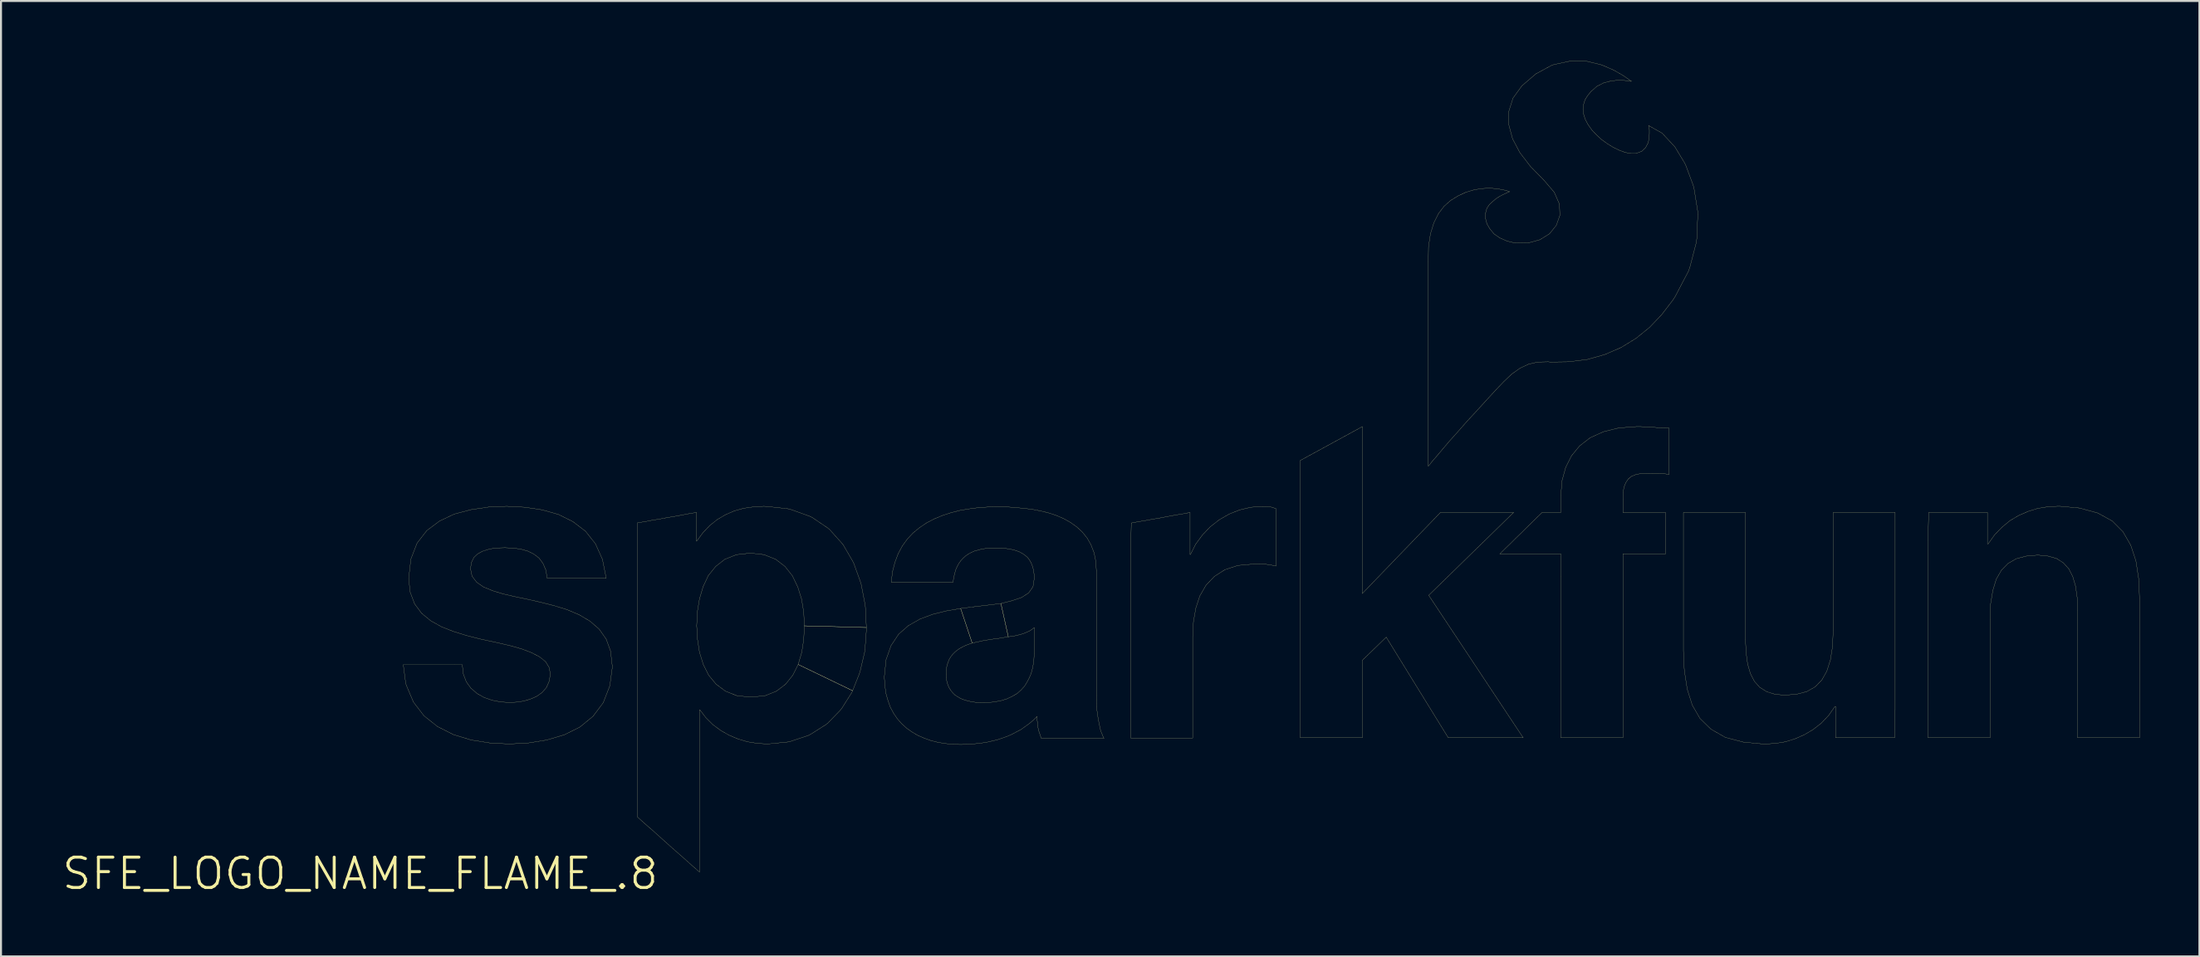
<source format=kicad_pcb>
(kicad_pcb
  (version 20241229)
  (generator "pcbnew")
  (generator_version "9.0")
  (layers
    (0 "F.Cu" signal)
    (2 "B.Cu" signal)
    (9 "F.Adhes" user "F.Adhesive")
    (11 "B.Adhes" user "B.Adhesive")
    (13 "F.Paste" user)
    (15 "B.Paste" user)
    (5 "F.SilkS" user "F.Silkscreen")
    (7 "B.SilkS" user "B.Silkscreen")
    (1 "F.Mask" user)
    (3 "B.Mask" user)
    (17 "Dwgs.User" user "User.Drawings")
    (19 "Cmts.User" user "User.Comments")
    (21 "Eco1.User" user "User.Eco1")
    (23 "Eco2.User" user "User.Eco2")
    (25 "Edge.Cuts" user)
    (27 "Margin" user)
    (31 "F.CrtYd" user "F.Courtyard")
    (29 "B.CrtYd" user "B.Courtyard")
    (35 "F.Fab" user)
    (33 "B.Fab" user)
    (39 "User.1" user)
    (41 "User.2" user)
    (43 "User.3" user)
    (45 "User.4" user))
  (footprint "SFE_LOGO_NAME_FLAME_.8"
    (layer "F.Cu")
    (at 15.022 40.801)
    (property "Reference" "SFE_LOGO_NAME_FLAME_.8" (at 0 0 0) (layer "F.SilkS") (effects (font (size 1.524 1.524) (thickness 0.15))))
    (attr exclude_from_pos_files exclude_from_bom)
    (fp_line (start 2.159 -10.488) (end 4.75 -10.488) (stroke (width 0.008) (type solid)) (layer "F.SilkS"))
    (fp_line (start 2.278 -9.578) (end 2.159 -10.488) (stroke (width 0.008) (type solid)) (layer "F.SilkS"))
    (fp_line (start 2.309 -9.459) (end 2.278 -9.578) (stroke (width 0.008) (type solid)) (layer "F.SilkS"))
    (fp_line (start 2.428 -14.798) (end 2.54 -15.789) (stroke (width 0.008) (type solid)) (layer "F.SilkS"))
    (fp_line (start 2.51 -14.11) (end 2.428 -14.798) (stroke (width 0.008) (type solid)) (layer "F.SilkS"))
    (fp_line (start 2.54 -15.789) (end 2.85 -16.589) (stroke (width 0.008) (type solid)) (layer "F.SilkS"))
    (fp_line (start 2.67 -8.608) (end 2.309 -9.459) (stroke (width 0.008) (type solid)) (layer "F.SilkS"))
    (fp_line (start 2.728 -13.538) (end 2.51 -14.11) (stroke (width 0.008) (type solid)) (layer "F.SilkS"))
    (fp_line (start 2.85 -16.589) (end 3.338 -17.219) (stroke (width 0.008) (type solid)) (layer "F.SilkS"))
    (fp_line (start 3.078 -13.068) (end 2.728 -13.538) (stroke (width 0.008) (type solid)) (layer "F.SilkS"))
    (fp_line (start 3.198 -7.92) (end 2.67 -8.608) (stroke (width 0.008) (type solid)) (layer "F.SilkS"))
    (fp_line (start 3.338 -17.219) (end 3.978 -17.699) (stroke (width 0.008) (type solid)) (layer "F.SilkS"))
    (fp_line (start 3.538 -12.69) (end 3.078 -13.068) (stroke (width 0.008) (type solid)) (layer "F.SilkS"))
    (fp_line (start 3.879 -7.379) (end 3.198 -7.92) (stroke (width 0.008) (type solid)) (layer "F.SilkS"))
    (fp_line (start 3.978 -17.699) (end 4.719 -18.049) (stroke (width 0.008) (type solid)) (layer "F.SilkS"))
    (fp_line (start 4.079 -12.388) (end 3.538 -12.69) (stroke (width 0.008) (type solid)) (layer "F.SilkS"))
    (fp_line (start 4.669 -6.98) (end 3.879 -7.379) (stroke (width 0.008) (type solid)) (layer "F.SilkS"))
    (fp_line (start 4.689 -12.149) (end 4.079 -12.388) (stroke (width 0.008) (type solid)) (layer "F.SilkS"))
    (fp_line (start 4.719 -18.049) (end 5.55 -18.268) (stroke (width 0.008) (type solid)) (layer "F.SilkS"))
    (fp_line (start 4.75 -10.488) (end 5.118 -10.488) (stroke (width 0.008) (type solid)) (layer "F.SilkS"))
    (fp_line (start 5.118 -10.488) (end 5.169 -10.028) (stroke (width 0.008) (type solid)) (layer "F.SilkS"))
    (fp_line (start 5.169 -10.028) (end 5.319 -9.629) (stroke (width 0.008) (type solid)) (layer "F.SilkS"))
    (fp_line (start 5.319 -9.629) (end 5.55 -9.309) (stroke (width 0.008) (type solid)) (layer "F.SilkS"))
    (fp_line (start 5.339 -11.948) (end 4.689 -12.149) (stroke (width 0.008) (type solid)) (layer "F.SilkS"))
    (fp_line (start 5.53 -15.309) (end 5.608 -14.928) (stroke (width 0.008) (type solid)) (layer "F.SilkS"))
    (fp_line (start 5.55 -18.268) (end 6.439 -18.4) (stroke (width 0.008) (type solid)) (layer "F.SilkS"))
    (fp_line (start 5.55 -9.309) (end 5.86 -9.04) (stroke (width 0.008) (type solid)) (layer "F.SilkS"))
    (fp_line (start 5.558 -6.708) (end 4.669 -6.98) (stroke (width 0.008) (type solid)) (layer "F.SilkS"))
    (fp_line (start 5.578 -15.618) (end 5.53 -15.309) (stroke (width 0.008) (type solid)) (layer "F.SilkS"))
    (fp_line (start 5.608 -14.928) (end 5.839 -14.628) (stroke (width 0.008) (type solid)) (layer "F.SilkS"))
    (fp_line (start 5.7 -15.87) (end 5.578 -15.618) (stroke (width 0.008) (type solid)) (layer "F.SilkS"))
    (fp_line (start 5.839 -14.628) (end 6.18 -14.389) (stroke (width 0.008) (type solid)) (layer "F.SilkS"))
    (fp_line (start 5.86 -9.04) (end 6.218 -8.839) (stroke (width 0.008) (type solid)) (layer "F.SilkS"))
    (fp_line (start 5.888 -16.048) (end 5.7 -15.87) (stroke (width 0.008) (type solid)) (layer "F.SilkS"))
    (fp_line (start 6.01 -11.778) (end 5.339 -11.948) (stroke (width 0.008) (type solid)) (layer "F.SilkS"))
    (fp_line (start 6.129 -16.18) (end 5.888 -16.048) (stroke (width 0.008) (type solid)) (layer "F.SilkS"))
    (fp_line (start 6.18 -14.389) (end 6.64 -14.199) (stroke (width 0.008) (type solid)) (layer "F.SilkS"))
    (fp_line (start 6.218 -8.839) (end 6.619 -8.7) (stroke (width 0.008) (type solid)) (layer "F.SilkS"))
    (fp_line (start 6.408 -16.269) (end 6.129 -16.18) (stroke (width 0.008) (type solid)) (layer "F.SilkS"))
    (fp_line (start 6.439 -18.4) (end 7.348 -18.438) (stroke (width 0.008) (type solid)) (layer "F.SilkS"))
    (fp_line (start 6.5 -6.558) (end 5.558 -6.708) (stroke (width 0.008) (type solid)) (layer "F.SilkS"))
    (fp_line (start 6.619 -8.7) (end 7.048 -8.618) (stroke (width 0.008) (type solid)) (layer "F.SilkS"))
    (fp_line (start 6.64 -14.199) (end 7.168 -14.039) (stroke (width 0.008) (type solid)) (layer "F.SilkS"))
    (fp_line (start 6.688 -16.33) (end 6.408 -16.269) (stroke (width 0.008) (type solid)) (layer "F.SilkS"))
    (fp_line (start 6.8 -11.608) (end 6.01 -11.778) (stroke (width 0.008) (type solid)) (layer "F.SilkS"))
    (fp_line (start 6.988 -16.35) (end 6.688 -16.33) (stroke (width 0.008) (type solid)) (layer "F.SilkS"))
    (fp_line (start 7.048 -8.618) (end 7.498 -8.588) (stroke (width 0.008) (type solid)) (layer "F.SilkS"))
    (fp_line (start 7.168 -14.039) (end 7.77 -13.899) (stroke (width 0.008) (type solid)) (layer "F.SilkS"))
    (fp_line (start 7.259 -16.358) (end 6.988 -16.35) (stroke (width 0.008) (type solid)) (layer "F.SilkS"))
    (fp_line (start 7.348 -18.438) (end 8.258 -18.39) (stroke (width 0.008) (type solid)) (layer "F.SilkS"))
    (fp_line (start 7.478 -6.507) (end 6.5 -6.558) (stroke (width 0.008) (type solid)) (layer "F.SilkS"))
    (fp_line (start 7.498 -11.448) (end 6.8 -11.608) (stroke (width 0.008) (type solid)) (layer "F.SilkS"))
    (fp_line (start 7.498 -8.588) (end 7.838 -8.608) (stroke (width 0.008) (type solid)) (layer "F.SilkS"))
    (fp_line (start 7.668 -16.34) (end 7.259 -16.358) (stroke (width 0.008) (type solid)) (layer "F.SilkS"))
    (fp_line (start 7.77 -13.899) (end 8.4 -13.769) (stroke (width 0.008) (type solid)) (layer "F.SilkS"))
    (fp_line (start 7.838 -8.608) (end 8.189 -8.659) (stroke (width 0.008) (type solid)) (layer "F.SilkS"))
    (fp_line (start 8.049 -16.289) (end 7.668 -16.34) (stroke (width 0.008) (type solid)) (layer "F.SilkS"))
    (fp_line (start 8.098 -11.278) (end 7.498 -11.448) (stroke (width 0.008) (type solid)) (layer "F.SilkS"))
    (fp_line (start 8.189 -8.659) (end 8.529 -8.758) (stroke (width 0.008) (type solid)) (layer "F.SilkS"))
    (fp_line (start 8.258 -18.39) (end 9.129 -18.258) (stroke (width 0.008) (type solid)) (layer "F.SilkS"))
    (fp_line (start 8.4 -16.19) (end 8.049 -16.289) (stroke (width 0.008) (type solid)) (layer "F.SilkS"))
    (fp_line (start 8.4 -13.769) (end 9.058 -13.619) (stroke (width 0.008) (type solid)) (layer "F.SilkS"))
    (fp_line (start 8.428 -6.558) (end 7.478 -6.507) (stroke (width 0.008) (type solid)) (layer "F.SilkS"))
    (fp_line (start 8.529 -8.758) (end 8.849 -8.898) (stroke (width 0.008) (type solid)) (layer "F.SilkS"))
    (fp_line (start 8.598 -11.09) (end 8.098 -11.278) (stroke (width 0.008) (type solid)) (layer "F.SilkS"))
    (fp_line (start 8.71 -16.038) (end 8.4 -16.19) (stroke (width 0.008) (type solid)) (layer "F.SilkS"))
    (fp_line (start 8.849 -8.898) (end 9.119 -9.088) (stroke (width 0.008) (type solid)) (layer "F.SilkS"))
    (fp_line (start 8.969 -15.839) (end 8.71 -16.038) (stroke (width 0.008) (type solid)) (layer "F.SilkS"))
    (fp_line (start 8.999 -10.879) (end 8.598 -11.09) (stroke (width 0.008) (type solid)) (layer "F.SilkS"))
    (fp_line (start 9.058 -13.619) (end 9.728 -13.449) (stroke (width 0.008) (type solid)) (layer "F.SilkS"))
    (fp_line (start 9.119 -9.088) (end 9.34 -9.34) (stroke (width 0.008) (type solid)) (layer "F.SilkS"))
    (fp_line (start 9.129 -18.258) (end 9.939 -18.029) (stroke (width 0.008) (type solid)) (layer "F.SilkS"))
    (fp_line (start 9.169 -15.568) (end 8.969 -15.839) (stroke (width 0.008) (type solid)) (layer "F.SilkS"))
    (fp_line (start 9.299 -10.638) (end 8.999 -10.879) (stroke (width 0.008) (type solid)) (layer "F.SilkS"))
    (fp_line (start 9.309 -15.24) (end 9.169 -15.568) (stroke (width 0.008) (type solid)) (layer "F.SilkS"))
    (fp_line (start 9.34 -9.34) (end 9.479 -9.66) (stroke (width 0.008) (type solid)) (layer "F.SilkS"))
    (fp_line (start 9.36 -6.708) (end 8.428 -6.558) (stroke (width 0.008) (type solid)) (layer "F.SilkS"))
    (fp_line (start 9.378 -14.829) (end 9.309 -15.24) (stroke (width 0.008) (type solid)) (layer "F.SilkS"))
    (fp_line (start 9.469 -10.358) (end 9.299 -10.638) (stroke (width 0.008) (type solid)) (layer "F.SilkS"))
    (fp_line (start 9.479 -9.66) (end 9.538 -10.028) (stroke (width 0.008) (type solid)) (layer "F.SilkS"))
    (fp_line (start 9.538 -10.028) (end 9.469 -10.358) (stroke (width 0.008) (type solid)) (layer "F.SilkS"))
    (fp_line (start 9.728 -13.449) (end 10.378 -13.249) (stroke (width 0.008) (type solid)) (layer "F.SilkS"))
    (fp_line (start 9.939 -18.029) (end 10.668 -17.668) (stroke (width 0.008) (type solid)) (layer "F.SilkS"))
    (fp_line (start 10.239 -6.97) (end 9.36 -6.708) (stroke (width 0.008) (type solid)) (layer "F.SilkS"))
    (fp_line (start 10.378 -13.249) (end 10.988 -12.99) (stroke (width 0.008) (type solid)) (layer "F.SilkS"))
    (fp_line (start 10.668 -17.668) (end 11.298 -17.188) (stroke (width 0.008) (type solid)) (layer "F.SilkS"))
    (fp_line (start 10.988 -12.99) (end 11.529 -12.67) (stroke (width 0.008) (type solid)) (layer "F.SilkS"))
    (fp_line (start 11.019 -7.358) (end 10.239 -6.97) (stroke (width 0.008) (type solid)) (layer "F.SilkS"))
    (fp_line (start 11.298 -17.188) (end 11.798 -16.558) (stroke (width 0.008) (type solid)) (layer "F.SilkS"))
    (fp_line (start 11.529 -12.67) (end 11.989 -12.268) (stroke (width 0.008) (type solid)) (layer "F.SilkS"))
    (fp_line (start 11.679 -7.899) (end 11.019 -7.358) (stroke (width 0.008) (type solid)) (layer "F.SilkS"))
    (fp_line (start 11.798 -16.558) (end 12.149 -15.778) (stroke (width 0.008) (type solid)) (layer "F.SilkS"))
    (fp_line (start 11.989 -12.268) (end 12.339 -11.768) (stroke (width 0.008) (type solid)) (layer "F.SilkS"))
    (fp_line (start 12.149 -15.778) (end 12.339 -14.829) (stroke (width 0.008) (type solid)) (layer "F.SilkS"))
    (fp_line (start 12.189 -8.578) (end 11.679 -7.899) (stroke (width 0.008) (type solid)) (layer "F.SilkS"))
    (fp_line (start 12.339 -14.829) (end 9.378 -14.829) (stroke (width 0.008) (type solid)) (layer "F.SilkS"))
    (fp_line (start 12.339 -11.768) (end 12.558 -11.168) (stroke (width 0.008) (type solid)) (layer "F.SilkS"))
    (fp_line (start 12.52 -9.428) (end 12.189 -8.578) (stroke (width 0.008) (type solid)) (layer "F.SilkS"))
    (fp_line (start 12.558 -11.168) (end 12.639 -10.45) (stroke (width 0.008) (type solid)) (layer "F.SilkS"))
    (fp_line (start 12.639 -10.45) (end 12.639 -10.31) (stroke (width 0.008) (type solid)) (layer "F.SilkS"))
    (fp_line (start 12.639 -10.31) (end 12.52 -9.428) (stroke (width 0.008) (type solid)) (layer "F.SilkS"))
    (fp_line (start 13.909 -17.61) (end 14.28 -17.668) (stroke (width 0.008) (type solid)) (layer "F.SilkS"))
    (fp_line (start 13.909 -2.84) (end 13.909 -17.61) (stroke (width 0.008) (type solid)) (layer "F.SilkS"))
    (fp_line (start 14.28 -17.668) (end 14.648 -17.739) (stroke (width 0.008) (type solid)) (layer "F.SilkS"))
    (fp_line (start 14.298 -2.489) (end 13.909 -2.84) (stroke (width 0.008) (type solid)) (layer "F.SilkS"))
    (fp_line (start 14.648 -17.739) (end 15.019 -17.798) (stroke (width 0.008) (type solid)) (layer "F.SilkS"))
    (fp_line (start 14.689 -2.149) (end 14.298 -2.489) (stroke (width 0.008) (type solid)) (layer "F.SilkS"))
    (fp_line (start 15.019 -17.798) (end 15.39 -17.869) (stroke (width 0.008) (type solid)) (layer "F.SilkS"))
    (fp_line (start 15.08 -1.798) (end 14.689 -2.149) (stroke (width 0.008) (type solid)) (layer "F.SilkS"))
    (fp_line (start 15.39 -17.869) (end 15.758 -17.93) (stroke (width 0.008) (type solid)) (layer "F.SilkS"))
    (fp_line (start 15.458 -1.458) (end 15.08 -1.798) (stroke (width 0.008) (type solid)) (layer "F.SilkS"))
    (fp_line (start 15.758 -17.93) (end 16.129 -17.998) (stroke (width 0.008) (type solid)) (layer "F.SilkS"))
    (fp_line (start 15.85 -1.11) (end 15.458 -1.458) (stroke (width 0.008) (type solid)) (layer "F.SilkS"))
    (fp_line (start 16.129 -17.998) (end 16.5 -18.07) (stroke (width 0.008) (type solid)) (layer "F.SilkS"))
    (fp_line (start 16.238 -0.77) (end 15.85 -1.11) (stroke (width 0.008) (type solid)) (layer "F.SilkS"))
    (fp_line (start 16.5 -18.07) (end 16.868 -18.128) (stroke (width 0.008) (type solid)) (layer "F.SilkS"))
    (fp_line (start 16.629 -0.419) (end 16.238 -0.77) (stroke (width 0.008) (type solid)) (layer "F.SilkS"))
    (fp_line (start 16.868 -18.128) (end 16.868 -16.688) (stroke (width 0.008) (type solid)) (layer "F.SilkS"))
    (fp_line (start 16.868 -16.688) (end 16.878 -16.688) (stroke (width 0.008) (type solid)) (layer "F.SilkS"))
    (fp_line (start 16.878 -16.688) (end 17.188 -17.109) (stroke (width 0.008) (type solid)) (layer "F.SilkS"))
    (fp_line (start 16.878 -12.438) (end 16.919 -11.758) (stroke (width 0.008) (type solid)) (layer "F.SilkS"))
    (fp_line (start 16.909 -13.129) (end 16.878 -12.438) (stroke (width 0.008) (type solid)) (layer "F.SilkS"))
    (fp_line (start 16.919 -11.758) (end 17.018 -11.11) (stroke (width 0.008) (type solid)) (layer "F.SilkS"))
    (fp_line (start 17.018 -13.79) (end 16.909 -13.129) (stroke (width 0.008) (type solid)) (layer "F.SilkS"))
    (fp_line (start 17.018 -11.11) (end 17.209 -10.498) (stroke (width 0.008) (type solid)) (layer "F.SilkS"))
    (fp_line (start 17.018 -8.219) (end 17.018 -0.079) (stroke (width 0.008) (type solid)) (layer "F.SilkS"))
    (fp_line (start 17.018 -0.079) (end 16.629 -0.419) (stroke (width 0.008) (type solid)) (layer "F.SilkS"))
    (fp_line (start 17.038 -8.219) (end 17.018 -8.219) (stroke (width 0.008) (type solid)) (layer "F.SilkS"))
    (fp_line (start 17.188 -17.109) (end 17.539 -17.478) (stroke (width 0.008) (type solid)) (layer "F.SilkS"))
    (fp_line (start 17.198 -14.399) (end 17.018 -13.79) (stroke (width 0.008) (type solid)) (layer "F.SilkS"))
    (fp_line (start 17.209 -10.498) (end 17.478 -9.959) (stroke (width 0.008) (type solid)) (layer "F.SilkS"))
    (fp_line (start 17.338 -7.828) (end 17.038 -8.219) (stroke (width 0.008) (type solid)) (layer "F.SilkS"))
    (fp_line (start 17.46 -14.958) (end 17.198 -14.399) (stroke (width 0.008) (type solid)) (layer "F.SilkS"))
    (fp_line (start 17.478 -9.959) (end 17.849 -9.51) (stroke (width 0.008) (type solid)) (layer "F.SilkS"))
    (fp_line (start 17.539 -17.478) (end 17.92 -17.78) (stroke (width 0.008) (type solid)) (layer "F.SilkS"))
    (fp_line (start 17.689 -7.478) (end 17.338 -7.828) (stroke (width 0.008) (type solid)) (layer "F.SilkS"))
    (fp_line (start 17.828 -15.418) (end 17.46 -14.958) (stroke (width 0.008) (type solid)) (layer "F.SilkS"))
    (fp_line (start 17.849 -9.51) (end 18.318 -9.159) (stroke (width 0.008) (type solid)) (layer "F.SilkS"))
    (fp_line (start 17.92 -17.78) (end 18.329 -18.019) (stroke (width 0.008) (type solid)) (layer "F.SilkS"))
    (fp_line (start 18.08 -7.188) (end 17.689 -7.478) (stroke (width 0.008) (type solid)) (layer "F.SilkS"))
    (fp_line (start 18.288 -15.778) (end 17.828 -15.418) (stroke (width 0.008) (type solid)) (layer "F.SilkS"))
    (fp_line (start 18.318 -9.159) (end 18.898 -8.928) (stroke (width 0.008) (type solid)) (layer "F.SilkS"))
    (fp_line (start 18.329 -18.019) (end 18.768 -18.209) (stroke (width 0.008) (type solid)) (layer "F.SilkS"))
    (fp_line (start 18.499 -6.949) (end 18.08 -7.188) (stroke (width 0.008) (type solid)) (layer "F.SilkS"))
    (fp_line (start 18.768 -18.209) (end 19.238 -18.339) (stroke (width 0.008) (type solid)) (layer "F.SilkS"))
    (fp_line (start 18.87 -16.01) (end 18.288 -15.778) (stroke (width 0.008) (type solid)) (layer "F.SilkS"))
    (fp_line (start 18.898 -8.928) (end 19.599 -8.86) (stroke (width 0.008) (type solid)) (layer "F.SilkS"))
    (fp_line (start 18.948 -6.759) (end 18.499 -6.949) (stroke (width 0.008) (type solid)) (layer "F.SilkS"))
    (fp_line (start 19.238 -18.339) (end 19.738 -18.41) (stroke (width 0.008) (type solid)) (layer "F.SilkS"))
    (fp_line (start 19.418 -6.619) (end 18.948 -6.759) (stroke (width 0.008) (type solid)) (layer "F.SilkS"))
    (fp_line (start 19.568 -16.088) (end 18.87 -16.01) (stroke (width 0.008) (type solid)) (layer "F.SilkS"))
    (fp_line (start 19.599 -8.86) (end 20.3 -8.928) (stroke (width 0.008) (type solid)) (layer "F.SilkS"))
    (fp_line (start 19.738 -18.41) (end 20.249 -18.438) (stroke (width 0.008) (type solid)) (layer "F.SilkS"))
    (fp_line (start 19.919 -6.538) (end 19.418 -6.619) (stroke (width 0.008) (type solid)) (layer "F.SilkS"))
    (fp_line (start 20.249 -18.438) (end 20.419 -18.428) (stroke (width 0.008) (type solid)) (layer "F.SilkS"))
    (fp_line (start 20.259 -16.01) (end 19.568 -16.088) (stroke (width 0.008) (type solid)) (layer "F.SilkS"))
    (fp_line (start 20.3 -8.928) (end 20.879 -9.159) (stroke (width 0.008) (type solid)) (layer "F.SilkS"))
    (fp_line (start 20.419 -18.428) (end 21.488 -18.308) (stroke (width 0.008) (type solid)) (layer "F.SilkS"))
    (fp_line (start 20.429 -6.507) (end 19.919 -6.538) (stroke (width 0.008) (type solid)) (layer "F.SilkS"))
    (fp_line (start 20.838 -15.778) (end 20.259 -16.01) (stroke (width 0.008) (type solid)) (layer "F.SilkS"))
    (fp_line (start 20.879 -9.159) (end 21.339 -9.51) (stroke (width 0.008) (type solid)) (layer "F.SilkS"))
    (fp_line (start 21.308 -15.418) (end 20.838 -15.778) (stroke (width 0.008) (type solid)) (layer "F.SilkS"))
    (fp_line (start 21.339 -9.51) (end 21.699 -9.959) (stroke (width 0.008) (type solid)) (layer "F.SilkS"))
    (fp_line (start 21.458 -6.609) (end 20.429 -6.507) (stroke (width 0.008) (type solid)) (layer "F.SilkS"))
    (fp_line (start 21.488 -18.308) (end 21.628 -18.268) (stroke (width 0.008) (type solid)) (layer "F.SilkS"))
    (fp_line (start 21.59 -6.64) (end 21.458 -6.609) (stroke (width 0.008) (type solid)) (layer "F.SilkS"))
    (fp_line (start 21.628 -18.268) (end 22.548 -17.937) (stroke (width 0.008) (type solid)) (layer "F.SilkS"))
    (fp_line (start 21.679 -14.948) (end 21.308 -15.418) (stroke (width 0.008) (type solid)) (layer "F.SilkS"))
    (fp_line (start 21.699 -9.959) (end 21.968 -10.498) (stroke (width 0.008) (type solid)) (layer "F.SilkS"))
    (fp_line (start 21.948 -14.389) (end 21.679 -14.948) (stroke (width 0.008) (type solid)) (layer "F.SilkS"))
    (fp_line (start 21.968 -10.498) (end 22.149 -11.11) (stroke (width 0.008) (type solid)) (layer "F.SilkS"))
    (fp_line (start 21.968 -10.498) (end 24.699 -9.18) (stroke (width 0.008) (type solid)) (layer "F.SilkS"))
    (fp_line (start 22.139 -13.78) (end 21.948 -14.389) (stroke (width 0.008) (type solid)) (layer "F.SilkS"))
    (fp_line (start 22.149 -11.11) (end 22.248 -11.758) (stroke (width 0.008) (type solid)) (layer "F.SilkS"))
    (fp_line (start 22.248 -13.119) (end 22.139 -13.78) (stroke (width 0.008) (type solid)) (layer "F.SilkS"))
    (fp_line (start 22.248 -11.758) (end 22.278 -12.438) (stroke (width 0.008) (type solid)) (layer "F.SilkS"))
    (fp_line (start 22.278 -12.438) (end 22.248 -13.119) (stroke (width 0.008) (type solid)) (layer "F.SilkS"))
    (fp_line (start 22.278 -12.438) (end 25.39 -12.349) (stroke (width 0.008) (type solid)) (layer "F.SilkS"))
    (fp_line (start 22.489 -6.939) (end 21.59 -6.64) (stroke (width 0.008) (type solid)) (layer "F.SilkS"))
    (fp_line (start 22.548 -17.937) (end 22.669 -17.879) (stroke (width 0.008) (type solid)) (layer "F.SilkS"))
    (fp_line (start 22.598 -6.998) (end 22.489 -6.939) (stroke (width 0.008) (type solid)) (layer "F.SilkS"))
    (fp_line (start 22.669 -17.879) (end 23.439 -17.358) (stroke (width 0.008) (type solid)) (layer "F.SilkS"))
    (fp_line (start 23.358 -7.478) (end 22.598 -6.998) (stroke (width 0.008) (type solid)) (layer "F.SilkS"))
    (fp_line (start 23.439 -17.358) (end 23.538 -17.28) (stroke (width 0.008) (type solid)) (layer "F.SilkS"))
    (fp_line (start 23.459 -7.559) (end 23.358 -7.478) (stroke (width 0.008) (type solid)) (layer "F.SilkS"))
    (fp_line (start 23.538 -17.28) (end 24.148 -16.599) (stroke (width 0.008) (type solid)) (layer "F.SilkS"))
    (fp_line (start 24.079 -8.199) (end 23.459 -7.559) (stroke (width 0.008) (type solid)) (layer "F.SilkS"))
    (fp_line (start 24.148 -16.599) (end 24.229 -16.5) (stroke (width 0.008) (type solid)) (layer "F.SilkS"))
    (fp_line (start 24.158 -8.298) (end 24.079 -8.199) (stroke (width 0.008) (type solid)) (layer "F.SilkS"))
    (fp_line (start 24.229 -16.5) (end 24.699 -15.69) (stroke (width 0.008) (type solid)) (layer "F.SilkS"))
    (fp_line (start 24.638 -9.058) (end 24.158 -8.298) (stroke (width 0.008) (type solid)) (layer "F.SilkS"))
    (fp_line (start 24.699 -15.69) (end 24.76 -15.568) (stroke (width 0.008) (type solid)) (layer "F.SilkS"))
    (fp_line (start 24.699 -9.18) (end 21.968 -10.498) (stroke (width 0.008) (type solid)) (layer "F.SilkS"))
    (fp_line (start 24.699 -9.18) (end 24.638 -9.058) (stroke (width 0.008) (type solid)) (layer "F.SilkS"))
    (fp_line (start 24.76 -15.568) (end 25.088 -14.658) (stroke (width 0.008) (type solid)) (layer "F.SilkS"))
    (fp_line (start 25.039 -10.038) (end 24.699 -9.18) (stroke (width 0.008) (type solid)) (layer "F.SilkS"))
    (fp_line (start 25.08 -10.168) (end 25.039 -10.038) (stroke (width 0.008) (type solid)) (layer "F.SilkS"))
    (fp_line (start 25.088 -14.658) (end 25.128 -14.529) (stroke (width 0.008) (type solid)) (layer "F.SilkS"))
    (fp_line (start 25.128 -14.529) (end 25.319 -13.538) (stroke (width 0.008) (type solid)) (layer "F.SilkS"))
    (fp_line (start 25.298 -11.1) (end 25.08 -10.168) (stroke (width 0.008) (type solid)) (layer "F.SilkS"))
    (fp_line (start 25.319 -13.538) (end 25.339 -13.399) (stroke (width 0.008) (type solid)) (layer "F.SilkS"))
    (fp_line (start 25.319 -11.239) (end 25.298 -11.1) (stroke (width 0.008) (type solid)) (layer "F.SilkS"))
    (fp_line (start 25.339 -13.399) (end 25.39 -12.36) (stroke (width 0.008) (type solid)) (layer "F.SilkS"))
    (fp_line (start 25.39 -12.36) (end 22.278 -12.438) (stroke (width 0.008) (type solid)) (layer "F.SilkS"))
    (fp_line (start 25.39 -12.349) (end 25.39 -12.21) (stroke (width 0.008) (type solid)) (layer "F.SilkS"))
    (fp_line (start 25.39 -12.21) (end 25.319 -11.239) (stroke (width 0.008) (type solid)) (layer "F.SilkS"))
    (fp_line (start 26.289 -9.868) (end 26.378 -10.739) (stroke (width 0.008) (type solid)) (layer "F.SilkS"))
    (fp_line (start 26.319 -9.449) (end 26.289 -9.868) (stroke (width 0.008) (type solid)) (layer "F.SilkS"))
    (fp_line (start 26.368 -9.058) (end 26.319 -9.449) (stroke (width 0.008) (type solid)) (layer "F.SilkS"))
    (fp_line (start 26.378 -10.739) (end 26.629 -11.448) (stroke (width 0.008) (type solid)) (layer "F.SilkS"))
    (fp_line (start 26.469 -8.7) (end 26.368 -9.058) (stroke (width 0.008) (type solid)) (layer "F.SilkS"))
    (fp_line (start 26.589 -8.359) (end 26.469 -8.7) (stroke (width 0.008) (type solid)) (layer "F.SilkS"))
    (fp_line (start 26.629 -11.448) (end 27.008 -12.019) (stroke (width 0.008) (type solid)) (layer "F.SilkS"))
    (fp_line (start 26.64 -14.628) (end 26.698 -15.149) (stroke (width 0.008) (type solid)) (layer "F.SilkS"))
    (fp_line (start 26.698 -15.149) (end 26.82 -15.618) (stroke (width 0.008) (type solid)) (layer "F.SilkS"))
    (fp_line (start 26.749 -8.059) (end 26.589 -8.359) (stroke (width 0.008) (type solid)) (layer "F.SilkS"))
    (fp_line (start 26.82 -15.618) (end 26.98 -16.048) (stroke (width 0.008) (type solid)) (layer "F.SilkS"))
    (fp_line (start 26.939 -7.777) (end 26.749 -8.059) (stroke (width 0.008) (type solid)) (layer "F.SilkS"))
    (fp_line (start 26.98 -16.048) (end 27.188 -16.439) (stroke (width 0.008) (type solid)) (layer "F.SilkS"))
    (fp_line (start 27.008 -12.019) (end 27.498 -12.449) (stroke (width 0.008) (type solid)) (layer "F.SilkS"))
    (fp_line (start 27.158 -7.529) (end 26.939 -7.777) (stroke (width 0.008) (type solid)) (layer "F.SilkS"))
    (fp_line (start 27.188 -16.439) (end 27.44 -16.789) (stroke (width 0.008) (type solid)) (layer "F.SilkS"))
    (fp_line (start 27.409 -7.3) (end 27.158 -7.529) (stroke (width 0.008) (type solid)) (layer "F.SilkS"))
    (fp_line (start 27.44 -16.789) (end 27.729 -17.099) (stroke (width 0.008) (type solid)) (layer "F.SilkS"))
    (fp_line (start 27.498 -12.449) (end 28.08 -12.779) (stroke (width 0.008) (type solid)) (layer "F.SilkS"))
    (fp_line (start 27.678 -7.109) (end 27.409 -7.3) (stroke (width 0.008) (type solid)) (layer "F.SilkS"))
    (fp_line (start 27.729 -17.099) (end 28.059 -17.369) (stroke (width 0.008) (type solid)) (layer "F.SilkS"))
    (fp_line (start 27.968 -6.939) (end 27.678 -7.109) (stroke (width 0.008) (type solid)) (layer "F.SilkS"))
    (fp_line (start 28.059 -17.369) (end 28.418 -17.61) (stroke (width 0.008) (type solid)) (layer "F.SilkS"))
    (fp_line (start 28.08 -12.779) (end 28.72 -13.018) (stroke (width 0.008) (type solid)) (layer "F.SilkS"))
    (fp_line (start 28.288 -6.8) (end 27.968 -6.939) (stroke (width 0.008) (type solid)) (layer "F.SilkS"))
    (fp_line (start 28.418 -17.61) (end 28.799 -17.808) (stroke (width 0.008) (type solid)) (layer "F.SilkS"))
    (fp_line (start 28.628 -6.678) (end 28.288 -6.8) (stroke (width 0.008) (type solid)) (layer "F.SilkS"))
    (fp_line (start 28.72 -13.018) (end 29.408 -13.188) (stroke (width 0.008) (type solid)) (layer "F.SilkS"))
    (fp_line (start 28.799 -17.808) (end 29.21 -17.978) (stroke (width 0.008) (type solid)) (layer "F.SilkS"))
    (fp_line (start 28.979 -6.589) (end 28.628 -6.678) (stroke (width 0.008) (type solid)) (layer "F.SilkS"))
    (fp_line (start 29.21 -17.978) (end 29.639 -18.118) (stroke (width 0.008) (type solid)) (layer "F.SilkS"))
    (fp_line (start 29.36 -6.528) (end 28.979 -6.589) (stroke (width 0.008) (type solid)) (layer "F.SilkS"))
    (fp_line (start 29.388 -10.018) (end 29.398 -9.82) (stroke (width 0.008) (type solid)) (layer "F.SilkS"))
    (fp_line (start 29.398 -10.229) (end 29.388 -10.018) (stroke (width 0.008) (type solid)) (layer "F.SilkS"))
    (fp_line (start 29.398 -9.82) (end 29.428 -9.639) (stroke (width 0.008) (type solid)) (layer "F.SilkS"))
    (fp_line (start 29.408 -13.188) (end 30.119 -13.31) (stroke (width 0.008) (type solid)) (layer "F.SilkS"))
    (fp_line (start 29.428 -10.419) (end 29.398 -10.229) (stroke (width 0.008) (type solid)) (layer "F.SilkS"))
    (fp_line (start 29.428 -9.639) (end 29.479 -9.469) (stroke (width 0.008) (type solid)) (layer "F.SilkS"))
    (fp_line (start 29.479 -10.589) (end 29.428 -10.419) (stroke (width 0.008) (type solid)) (layer "F.SilkS"))
    (fp_line (start 29.479 -9.469) (end 29.548 -9.319) (stroke (width 0.008) (type solid)) (layer "F.SilkS"))
    (fp_line (start 29.538 -10.739) (end 29.479 -10.589) (stroke (width 0.008) (type solid)) (layer "F.SilkS"))
    (fp_line (start 29.548 -9.319) (end 29.629 -9.19) (stroke (width 0.008) (type solid)) (layer "F.SilkS"))
    (fp_line (start 29.619 -10.879) (end 29.538 -10.739) (stroke (width 0.008) (type solid)) (layer "F.SilkS"))
    (fp_line (start 29.629 -9.19) (end 29.728 -9.068) (stroke (width 0.008) (type solid)) (layer "F.SilkS"))
    (fp_line (start 29.639 -18.118) (end 30.079 -18.23) (stroke (width 0.008) (type solid)) (layer "F.SilkS"))
    (fp_line (start 29.718 -11.008) (end 29.619 -10.879) (stroke (width 0.008) (type solid)) (layer "F.SilkS"))
    (fp_line (start 29.728 -9.068) (end 29.84 -8.959) (stroke (width 0.008) (type solid)) (layer "F.SilkS"))
    (fp_line (start 29.738 -14.628) (end 26.64 -14.628) (stroke (width 0.008) (type solid)) (layer "F.SilkS"))
    (fp_line (start 29.738 -6.49) (end 29.36 -6.528) (stroke (width 0.008) (type solid)) (layer "F.SilkS"))
    (fp_line (start 29.769 -14.849) (end 29.738 -14.628) (stroke (width 0.008) (type solid)) (layer "F.SilkS"))
    (fp_line (start 29.82 -15.06) (end 29.769 -14.849) (stroke (width 0.008) (type solid)) (layer "F.SilkS"))
    (fp_line (start 29.83 -11.118) (end 29.718 -11.008) (stroke (width 0.008) (type solid)) (layer "F.SilkS"))
    (fp_line (start 29.84 -8.959) (end 29.969 -8.88) (stroke (width 0.008) (type solid)) (layer "F.SilkS"))
    (fp_line (start 29.868 -15.24) (end 29.82 -15.06) (stroke (width 0.008) (type solid)) (layer "F.SilkS"))
    (fp_line (start 29.939 -15.408) (end 29.868 -15.24) (stroke (width 0.008) (type solid)) (layer "F.SilkS"))
    (fp_line (start 29.949 -11.219) (end 29.83 -11.118) (stroke (width 0.008) (type solid)) (layer "F.SilkS"))
    (fp_line (start 29.969 -8.88) (end 30.099 -8.799) (stroke (width 0.008) (type solid)) (layer "F.SilkS"))
    (fp_line (start 30.028 -15.568) (end 29.939 -15.408) (stroke (width 0.008) (type solid)) (layer "F.SilkS"))
    (fp_line (start 30.079 -18.23) (end 30.538 -18.308) (stroke (width 0.008) (type solid)) (layer "F.SilkS"))
    (fp_line (start 30.079 -11.308) (end 29.949 -11.219) (stroke (width 0.008) (type solid)) (layer "F.SilkS"))
    (fp_line (start 30.099 -8.799) (end 30.249 -8.738) (stroke (width 0.008) (type solid)) (layer "F.SilkS"))
    (fp_line (start 30.119 -13.31) (end 30.698 -11.57) (stroke (width 0.008) (type solid)) (layer "F.SilkS"))
    (fp_line (start 30.119 -13.31) (end 30.818 -13.399) (stroke (width 0.008) (type solid)) (layer "F.SilkS"))
    (fp_line (start 30.129 -15.71) (end 30.028 -15.568) (stroke (width 0.008) (type solid)) (layer "F.SilkS"))
    (fp_line (start 30.14 -6.48) (end 29.738 -6.49) (stroke (width 0.008) (type solid)) (layer "F.SilkS"))
    (fp_line (start 30.229 -11.389) (end 30.079 -11.308) (stroke (width 0.008) (type solid)) (layer "F.SilkS"))
    (fp_line (start 30.239 -15.829) (end 30.129 -15.71) (stroke (width 0.008) (type solid)) (layer "F.SilkS"))
    (fp_line (start 30.249 -8.738) (end 30.409 -8.689) (stroke (width 0.008) (type solid)) (layer "F.SilkS"))
    (fp_line (start 30.358 -15.938) (end 30.239 -15.829) (stroke (width 0.008) (type solid)) (layer "F.SilkS"))
    (fp_line (start 30.378 -11.458) (end 30.229 -11.389) (stroke (width 0.008) (type solid)) (layer "F.SilkS"))
    (fp_line (start 30.409 -8.689) (end 30.569 -8.649) (stroke (width 0.008) (type solid)) (layer "F.SilkS"))
    (fp_line (start 30.409 -6.49) (end 30.14 -6.48) (stroke (width 0.008) (type solid)) (layer "F.SilkS"))
    (fp_line (start 30.498 -16.038) (end 30.358 -15.938) (stroke (width 0.008) (type solid)) (layer "F.SilkS"))
    (fp_line (start 30.538 -18.308) (end 31.008 -18.369) (stroke (width 0.008) (type solid)) (layer "F.SilkS"))
    (fp_line (start 30.538 -11.519) (end 30.378 -11.458) (stroke (width 0.008) (type solid)) (layer "F.SilkS"))
    (fp_line (start 30.569 -8.649) (end 30.749 -8.618) (stroke (width 0.008) (type solid)) (layer "F.SilkS"))
    (fp_line (start 30.648 -16.119) (end 30.498 -16.038) (stroke (width 0.008) (type solid)) (layer "F.SilkS"))
    (fp_line (start 30.668 -6.5) (end 30.409 -6.49) (stroke (width 0.008) (type solid)) (layer "F.SilkS"))
    (fp_line (start 30.698 -11.57) (end 30.119 -13.31) (stroke (width 0.008) (type solid)) (layer "F.SilkS"))
    (fp_line (start 30.698 -11.57) (end 30.538 -11.519) (stroke (width 0.008) (type solid)) (layer "F.SilkS"))
    (fp_line (start 30.749 -8.618) (end 30.919 -8.588) (stroke (width 0.008) (type solid)) (layer "F.SilkS"))
    (fp_line (start 30.808 -16.19) (end 30.648 -16.119) (stroke (width 0.008) (type solid)) (layer "F.SilkS"))
    (fp_line (start 30.818 -13.399) (end 31.499 -13.48) (stroke (width 0.008) (type solid)) (layer "F.SilkS"))
    (fp_line (start 30.869 -11.608) (end 30.698 -11.57) (stroke (width 0.008) (type solid)) (layer "F.SilkS"))
    (fp_line (start 30.919 -8.588) (end 31.11 -8.578) (stroke (width 0.008) (type solid)) (layer "F.SilkS"))
    (fp_line (start 30.93 -6.528) (end 30.668 -6.5) (stroke (width 0.008) (type solid)) (layer "F.SilkS"))
    (fp_line (start 30.988 -16.238) (end 30.808 -16.19) (stroke (width 0.008) (type solid)) (layer "F.SilkS"))
    (fp_line (start 31.008 -18.369) (end 31.478 -18.4) (stroke (width 0.008) (type solid)) (layer "F.SilkS"))
    (fp_line (start 31.049 -11.648) (end 30.869 -11.608) (stroke (width 0.008) (type solid)) (layer "F.SilkS"))
    (fp_line (start 31.11 -8.578) (end 31.298 -8.578) (stroke (width 0.008) (type solid)) (layer "F.SilkS"))
    (fp_line (start 31.168 -16.289) (end 30.988 -16.238) (stroke (width 0.008) (type solid)) (layer "F.SilkS"))
    (fp_line (start 31.189 -6.558) (end 30.93 -6.528) (stroke (width 0.008) (type solid)) (layer "F.SilkS"))
    (fp_line (start 31.229 -11.689) (end 31.049 -11.648) (stroke (width 0.008) (type solid)) (layer "F.SilkS"))
    (fp_line (start 31.298 -8.578) (end 31.72 -8.608) (stroke (width 0.008) (type solid)) (layer "F.SilkS"))
    (fp_line (start 31.369 -16.32) (end 31.168 -16.289) (stroke (width 0.008) (type solid)) (layer "F.SilkS"))
    (fp_line (start 31.41 -11.72) (end 31.229 -11.689) (stroke (width 0.008) (type solid)) (layer "F.SilkS"))
    (fp_line (start 31.448 -6.599) (end 31.189 -6.558) (stroke (width 0.008) (type solid)) (layer "F.SilkS"))
    (fp_line (start 31.478 -18.4) (end 31.958 -18.41) (stroke (width 0.008) (type solid)) (layer "F.SilkS"))
    (fp_line (start 31.499 -13.48) (end 32.139 -13.559) (stroke (width 0.008) (type solid)) (layer "F.SilkS"))
    (fp_line (start 31.58 -16.34) (end 31.369 -16.32) (stroke (width 0.008) (type solid)) (layer "F.SilkS"))
    (fp_line (start 31.59 -11.748) (end 31.41 -11.72) (stroke (width 0.008) (type solid)) (layer "F.SilkS"))
    (fp_line (start 31.709 -6.66) (end 31.448 -6.599) (stroke (width 0.008) (type solid)) (layer "F.SilkS"))
    (fp_line (start 31.72 -8.608) (end 32.098 -8.669) (stroke (width 0.008) (type solid)) (layer "F.SilkS"))
    (fp_line (start 31.778 -11.778) (end 31.59 -11.748) (stroke (width 0.008) (type solid)) (layer "F.SilkS"))
    (fp_line (start 31.958 -18.41) (end 32.388 -18.41) (stroke (width 0.008) (type solid)) (layer "F.SilkS"))
    (fp_line (start 31.958 -6.718) (end 31.709 -6.66) (stroke (width 0.008) (type solid)) (layer "F.SilkS"))
    (fp_line (start 31.968 -11.798) (end 31.778 -11.778) (stroke (width 0.008) (type solid)) (layer "F.SilkS"))
    (fp_line (start 32.098 -8.669) (end 32.428 -8.768) (stroke (width 0.008) (type solid)) (layer "F.SilkS"))
    (fp_line (start 32.139 -13.559) (end 32.509 -11.89) (stroke (width 0.008) (type solid)) (layer "F.SilkS"))
    (fp_line (start 32.139 -13.559) (end 32.69 -13.698) (stroke (width 0.008) (type solid)) (layer "F.SilkS"))
    (fp_line (start 32.149 -11.829) (end 31.968 -11.798) (stroke (width 0.008) (type solid)) (layer "F.SilkS"))
    (fp_line (start 32.2 -16.34) (end 31.58 -16.34) (stroke (width 0.008) (type solid)) (layer "F.SilkS"))
    (fp_line (start 32.2 -6.8) (end 31.958 -6.718) (stroke (width 0.008) (type solid)) (layer "F.SilkS"))
    (fp_line (start 32.329 -11.859) (end 32.149 -11.829) (stroke (width 0.008) (type solid)) (layer "F.SilkS"))
    (fp_line (start 32.388 -18.41) (end 32.819 -18.379) (stroke (width 0.008) (type solid)) (layer "F.SilkS"))
    (fp_line (start 32.388 -16.32) (end 32.2 -16.34) (stroke (width 0.008) (type solid)) (layer "F.SilkS"))
    (fp_line (start 32.428 -8.768) (end 32.708 -8.898) (stroke (width 0.008) (type solid)) (layer "F.SilkS"))
    (fp_line (start 32.449 -6.888) (end 32.2 -6.8) (stroke (width 0.008) (type solid)) (layer "F.SilkS"))
    (fp_line (start 32.509 -11.89) (end 32.139 -13.559) (stroke (width 0.008) (type solid)) (layer "F.SilkS"))
    (fp_line (start 32.509 -11.89) (end 32.329 -11.859) (stroke (width 0.008) (type solid)) (layer "F.SilkS"))
    (fp_line (start 32.578 -16.289) (end 32.388 -16.32) (stroke (width 0.008) (type solid)) (layer "F.SilkS"))
    (fp_line (start 32.68 -11.908) (end 32.509 -11.89) (stroke (width 0.008) (type solid)) (layer "F.SilkS"))
    (fp_line (start 32.68 -6.988) (end 32.449 -6.888) (stroke (width 0.008) (type solid)) (layer "F.SilkS"))
    (fp_line (start 32.69 -13.698) (end 33.17 -13.858) (stroke (width 0.008) (type solid)) (layer "F.SilkS"))
    (fp_line (start 32.708 -8.898) (end 32.959 -9.047) (stroke (width 0.008) (type solid)) (layer "F.SilkS"))
    (fp_line (start 32.748 -16.259) (end 32.578 -16.289) (stroke (width 0.008) (type solid)) (layer "F.SilkS"))
    (fp_line (start 32.819 -18.379) (end 33.249 -18.339) (stroke (width 0.008) (type solid)) (layer "F.SilkS"))
    (fp_line (start 32.85 -11.938) (end 32.68 -11.908) (stroke (width 0.008) (type solid)) (layer "F.SilkS"))
    (fp_line (start 32.908 -7.109) (end 32.68 -6.988) (stroke (width 0.008) (type solid)) (layer "F.SilkS"))
    (fp_line (start 32.918 -16.208) (end 32.748 -16.259) (stroke (width 0.008) (type solid)) (layer "F.SilkS"))
    (fp_line (start 32.959 -9.047) (end 33.16 -9.228) (stroke (width 0.008) (type solid)) (layer "F.SilkS"))
    (fp_line (start 33.02 -11.979) (end 32.85 -11.938) (stroke (width 0.008) (type solid)) (layer "F.SilkS"))
    (fp_line (start 33.068 -16.149) (end 32.918 -16.208) (stroke (width 0.008) (type solid)) (layer "F.SilkS"))
    (fp_line (start 33.139 -7.229) (end 32.908 -7.109) (stroke (width 0.008) (type solid)) (layer "F.SilkS"))
    (fp_line (start 33.16 -9.228) (end 33.33 -9.418) (stroke (width 0.008) (type solid)) (layer "F.SilkS"))
    (fp_line (start 33.17 -13.858) (end 33.528 -14.089) (stroke (width 0.008) (type solid)) (layer "F.SilkS"))
    (fp_line (start 33.17 -12.019) (end 33.02 -11.979) (stroke (width 0.008) (type solid)) (layer "F.SilkS"))
    (fp_line (start 33.218 -16.068) (end 33.068 -16.149) (stroke (width 0.008) (type solid)) (layer "F.SilkS"))
    (fp_line (start 33.249 -18.339) (end 33.688 -18.288) (stroke (width 0.008) (type solid)) (layer "F.SilkS"))
    (fp_line (start 33.32 -12.068) (end 33.17 -12.019) (stroke (width 0.008) (type solid)) (layer "F.SilkS"))
    (fp_line (start 33.33 -9.418) (end 33.459 -9.629) (stroke (width 0.008) (type solid)) (layer "F.SilkS"))
    (fp_line (start 33.348 -15.979) (end 33.218 -16.068) (stroke (width 0.008) (type solid)) (layer "F.SilkS"))
    (fp_line (start 33.348 -7.379) (end 33.139 -7.229) (stroke (width 0.008) (type solid)) (layer "F.SilkS"))
    (fp_line (start 33.459 -12.129) (end 33.32 -12.068) (stroke (width 0.008) (type solid)) (layer "F.SilkS"))
    (fp_line (start 33.459 -9.629) (end 33.569 -9.84) (stroke (width 0.008) (type solid)) (layer "F.SilkS"))
    (fp_line (start 33.47 -15.878) (end 33.348 -15.979) (stroke (width 0.008) (type solid)) (layer "F.SilkS"))
    (fp_line (start 33.528 -14.089) (end 33.749 -14.399) (stroke (width 0.008) (type solid)) (layer "F.SilkS"))
    (fp_line (start 33.558 -7.529) (end 33.348 -7.379) (stroke (width 0.008) (type solid)) (layer "F.SilkS"))
    (fp_line (start 33.569 -15.748) (end 33.47 -15.878) (stroke (width 0.008) (type solid)) (layer "F.SilkS"))
    (fp_line (start 33.569 -9.84) (end 33.658 -10.058) (stroke (width 0.008) (type solid)) (layer "F.SilkS"))
    (fp_line (start 33.589 -12.189) (end 33.459 -12.129) (stroke (width 0.008) (type solid)) (layer "F.SilkS"))
    (fp_line (start 33.65 -15.608) (end 33.569 -15.748) (stroke (width 0.008) (type solid)) (layer "F.SilkS"))
    (fp_line (start 33.658 -10.058) (end 33.718 -10.279) (stroke (width 0.008) (type solid)) (layer "F.SilkS"))
    (fp_line (start 33.688 -18.288) (end 34.11 -18.209) (stroke (width 0.008) (type solid)) (layer "F.SilkS"))
    (fp_line (start 33.708 -12.268) (end 33.589 -12.189) (stroke (width 0.008) (type solid)) (layer "F.SilkS"))
    (fp_line (start 33.718 -15.438) (end 33.65 -15.608) (stroke (width 0.008) (type solid)) (layer "F.SilkS"))
    (fp_line (start 33.718 -10.279) (end 33.759 -10.488) (stroke (width 0.008) (type solid)) (layer "F.SilkS"))
    (fp_line (start 33.749 -14.399) (end 33.81 -14.808) (stroke (width 0.008) (type solid)) (layer "F.SilkS"))
    (fp_line (start 33.759 -10.488) (end 33.79 -10.688) (stroke (width 0.008) (type solid)) (layer "F.SilkS"))
    (fp_line (start 33.759 -7.699) (end 33.558 -7.529) (stroke (width 0.008) (type solid)) (layer "F.SilkS"))
    (fp_line (start 33.769 -15.258) (end 33.718 -15.438) (stroke (width 0.008) (type solid)) (layer "F.SilkS"))
    (fp_line (start 33.79 -10.688) (end 33.8 -10.879) (stroke (width 0.008) (type solid)) (layer "F.SilkS"))
    (fp_line (start 33.8 -15.05) (end 33.769 -15.258) (stroke (width 0.008) (type solid)) (layer "F.SilkS"))
    (fp_line (start 33.8 -10.879) (end 33.81 -11.049) (stroke (width 0.008) (type solid)) (layer "F.SilkS"))
    (fp_line (start 33.81 -14.808) (end 33.8 -15.05) (stroke (width 0.008) (type solid)) (layer "F.SilkS"))
    (fp_line (start 33.81 -12.349) (end 33.708 -12.268) (stroke (width 0.008) (type solid)) (layer "F.SilkS"))
    (fp_line (start 33.81 -11.049) (end 33.81 -12.349) (stroke (width 0.008) (type solid)) (layer "F.SilkS"))
    (fp_line (start 33.95 -7.889) (end 33.759 -7.699) (stroke (width 0.008) (type solid)) (layer "F.SilkS"))
    (fp_line (start 33.95 -7.818) (end 33.95 -7.889) (stroke (width 0.008) (type solid)) (layer "F.SilkS"))
    (fp_line (start 33.96 -7.75) (end 33.95 -7.818) (stroke (width 0.008) (type solid)) (layer "F.SilkS"))
    (fp_line (start 33.96 -7.678) (end 33.96 -7.75) (stroke (width 0.008) (type solid)) (layer "F.SilkS"))
    (fp_line (start 33.97 -7.61) (end 33.96 -7.678) (stroke (width 0.008) (type solid)) (layer "F.SilkS"))
    (fp_line (start 33.97 -7.539) (end 33.97 -7.61) (stroke (width 0.008) (type solid)) (layer "F.SilkS"))
    (fp_line (start 33.978 -7.468) (end 33.97 -7.539) (stroke (width 0.008) (type solid)) (layer "F.SilkS"))
    (fp_line (start 33.988 -7.399) (end 33.978 -7.468) (stroke (width 0.008) (type solid)) (layer "F.SilkS"))
    (fp_line (start 33.998 -7.328) (end 33.988 -7.399) (stroke (width 0.008) (type solid)) (layer "F.SilkS"))
    (fp_line (start 34.018 -7.259) (end 33.998 -7.328) (stroke (width 0.008) (type solid)) (layer "F.SilkS"))
    (fp_line (start 34.028 -7.188) (end 34.018 -7.259) (stroke (width 0.008) (type solid)) (layer "F.SilkS"))
    (fp_line (start 34.049 -7.13) (end 34.028 -7.188) (stroke (width 0.008) (type solid)) (layer "F.SilkS"))
    (fp_line (start 34.069 -7.059) (end 34.049 -7.13) (stroke (width 0.008) (type solid)) (layer "F.SilkS"))
    (fp_line (start 34.099 -6.988) (end 34.069 -7.059) (stroke (width 0.008) (type solid)) (layer "F.SilkS"))
    (fp_line (start 34.11 -18.209) (end 34.519 -18.108) (stroke (width 0.008) (type solid)) (layer "F.SilkS"))
    (fp_line (start 34.12 -6.919) (end 34.099 -6.988) (stroke (width 0.008) (type solid)) (layer "F.SilkS"))
    (fp_line (start 34.138 -6.858) (end 34.12 -6.919) (stroke (width 0.008) (type solid)) (layer "F.SilkS"))
    (fp_line (start 34.168 -6.789) (end 34.138 -6.858) (stroke (width 0.008) (type solid)) (layer "F.SilkS"))
    (fp_line (start 34.519 -18.108) (end 34.92 -17.978) (stroke (width 0.008) (type solid)) (layer "F.SilkS"))
    (fp_line (start 34.92 -17.978) (end 35.288 -17.818) (stroke (width 0.008) (type solid)) (layer "F.SilkS"))
    (fp_line (start 35.288 -17.818) (end 35.629 -17.628) (stroke (width 0.008) (type solid)) (layer "F.SilkS"))
    (fp_line (start 35.629 -17.628) (end 35.949 -17.399) (stroke (width 0.008) (type solid)) (layer "F.SilkS"))
    (fp_line (start 35.949 -17.399) (end 36.228 -17.14) (stroke (width 0.008) (type solid)) (layer "F.SilkS"))
    (fp_line (start 36.228 -17.14) (end 36.469 -16.838) (stroke (width 0.008) (type solid)) (layer "F.SilkS"))
    (fp_line (start 36.469 -16.838) (end 36.66 -16.5) (stroke (width 0.008) (type solid)) (layer "F.SilkS"))
    (fp_line (start 36.66 -16.5) (end 36.81 -16.109) (stroke (width 0.008) (type solid)) (layer "F.SilkS"))
    (fp_line (start 36.81 -16.109) (end 36.899 -15.679) (stroke (width 0.008) (type solid)) (layer "F.SilkS"))
    (fp_line (start 36.899 -15.679) (end 36.929 -15.189) (stroke (width 0.008) (type solid)) (layer "F.SilkS"))
    (fp_line (start 36.929 -15.189) (end 36.929 -8.918) (stroke (width 0.008) (type solid)) (layer "F.SilkS"))
    (fp_line (start 36.929 -8.918) (end 36.939 -8.73) (stroke (width 0.008) (type solid)) (layer "F.SilkS"))
    (fp_line (start 36.939 -8.73) (end 36.939 -8.55) (stroke (width 0.008) (type solid)) (layer "F.SilkS"))
    (fp_line (start 36.939 -8.55) (end 36.949 -8.359) (stroke (width 0.008) (type solid)) (layer "F.SilkS"))
    (fp_line (start 36.949 -8.359) (end 36.96 -8.179) (stroke (width 0.008) (type solid)) (layer "F.SilkS"))
    (fp_line (start 36.96 -8.179) (end 36.987 -8.009) (stroke (width 0.008) (type solid)) (layer "F.SilkS"))
    (fp_line (start 36.987 -8.009) (end 37.008 -7.838) (stroke (width 0.008) (type solid)) (layer "F.SilkS"))
    (fp_line (start 37.008 -7.838) (end 37.038 -7.668) (stroke (width 0.008) (type solid)) (layer "F.SilkS"))
    (fp_line (start 37.038 -7.668) (end 37.069 -7.518) (stroke (width 0.008) (type solid)) (layer "F.SilkS"))
    (fp_line (start 37.069 -7.518) (end 37.099 -7.369) (stroke (width 0.008) (type solid)) (layer "F.SilkS"))
    (fp_line (start 37.099 -7.369) (end 37.13 -7.229) (stroke (width 0.008) (type solid)) (layer "F.SilkS"))
    (fp_line (start 37.13 -7.229) (end 37.168 -7.109) (stroke (width 0.008) (type solid)) (layer "F.SilkS"))
    (fp_line (start 37.168 -7.109) (end 37.219 -6.988) (stroke (width 0.008) (type solid)) (layer "F.SilkS"))
    (fp_line (start 37.219 -6.988) (end 37.259 -6.888) (stroke (width 0.008) (type solid)) (layer "F.SilkS"))
    (fp_line (start 37.259 -6.888) (end 37.308 -6.789) (stroke (width 0.008) (type solid)) (layer "F.SilkS"))
    (fp_line (start 37.308 -6.789) (end 34.168 -6.789) (stroke (width 0.008) (type solid)) (layer "F.SilkS"))
    (fp_line (start 38.649 -16.248) (end 38.679 -17.6) (stroke (width 0.008) (type solid)) (layer "F.SilkS"))
    (fp_line (start 38.649 -6.81) (end 38.649 -16.248) (stroke (width 0.008) (type solid)) (layer "F.SilkS"))
    (fp_line (start 38.679 -17.6) (end 39.05 -17.668) (stroke (width 0.008) (type solid)) (layer "F.SilkS"))
    (fp_line (start 39.05 -17.668) (end 39.418 -17.729) (stroke (width 0.008) (type solid)) (layer "F.SilkS"))
    (fp_line (start 39.418 -17.729) (end 39.789 -17.798) (stroke (width 0.008) (type solid)) (layer "F.SilkS"))
    (fp_line (start 39.789 -17.798) (end 40.16 -17.859) (stroke (width 0.008) (type solid)) (layer "F.SilkS"))
    (fp_line (start 40.16 -17.859) (end 40.518 -17.93) (stroke (width 0.008) (type solid)) (layer "F.SilkS"))
    (fp_line (start 40.518 -17.93) (end 40.889 -17.998) (stroke (width 0.008) (type solid)) (layer "F.SilkS"))
    (fp_line (start 40.889 -17.998) (end 41.26 -18.059) (stroke (width 0.008) (type solid)) (layer "F.SilkS"))
    (fp_line (start 41.26 -18.059) (end 41.628 -18.128) (stroke (width 0.008) (type solid)) (layer "F.SilkS"))
    (fp_line (start 41.628 -18.128) (end 41.628 -16.02) (stroke (width 0.008) (type solid)) (layer "F.SilkS"))
    (fp_line (start 41.628 -16.02) (end 41.648 -16.02) (stroke (width 0.008) (type solid)) (layer "F.SilkS"))
    (fp_line (start 41.648 -16.02) (end 41.91 -16.538) (stroke (width 0.008) (type solid)) (layer "F.SilkS"))
    (fp_line (start 41.758 -11.908) (end 41.758 -6.81) (stroke (width 0.008) (type solid)) (layer "F.SilkS"))
    (fp_line (start 41.758 -6.81) (end 38.649 -6.81) (stroke (width 0.008) (type solid)) (layer "F.SilkS"))
    (fp_line (start 41.798 -12.649) (end 41.758 -11.908) (stroke (width 0.008) (type solid)) (layer "F.SilkS"))
    (fp_line (start 41.91 -16.538) (end 42.248 -16.998) (stroke (width 0.008) (type solid)) (layer "F.SilkS"))
    (fp_line (start 41.918 -13.33) (end 41.798 -12.649) (stroke (width 0.008) (type solid)) (layer "F.SilkS"))
    (fp_line (start 42.118 -13.94) (end 41.918 -13.33) (stroke (width 0.008) (type solid)) (layer "F.SilkS"))
    (fp_line (start 42.248 -16.998) (end 42.639 -17.409) (stroke (width 0.008) (type solid)) (layer "F.SilkS"))
    (fp_line (start 42.428 -14.478) (end 42.118 -13.94) (stroke (width 0.008) (type solid)) (layer "F.SilkS"))
    (fp_line (start 42.639 -17.409) (end 43.089 -17.76) (stroke (width 0.008) (type solid)) (layer "F.SilkS"))
    (fp_line (start 42.85 -14.92) (end 42.428 -14.478) (stroke (width 0.008) (type solid)) (layer "F.SilkS"))
    (fp_line (start 43.089 -17.76) (end 43.589 -18.049) (stroke (width 0.008) (type solid)) (layer "F.SilkS"))
    (fp_line (start 43.378 -15.258) (end 42.85 -14.92) (stroke (width 0.008) (type solid)) (layer "F.SilkS"))
    (fp_line (start 43.589 -18.049) (end 44.12 -18.258) (stroke (width 0.008) (type solid)) (layer "F.SilkS"))
    (fp_line (start 44.028 -15.469) (end 43.378 -15.258) (stroke (width 0.008) (type solid)) (layer "F.SilkS"))
    (fp_line (start 44.12 -18.258) (end 44.679 -18.39) (stroke (width 0.008) (type solid)) (layer "F.SilkS"))
    (fp_line (start 44.679 -18.39) (end 45.258 -18.428) (stroke (width 0.008) (type solid)) (layer "F.SilkS"))
    (fp_line (start 44.818 -15.54) (end 44.028 -15.469) (stroke (width 0.008) (type solid)) (layer "F.SilkS"))
    (fp_line (start 45.118 -15.54) (end 44.818 -15.54) (stroke (width 0.008) (type solid)) (layer "F.SilkS"))
    (fp_line (start 45.258 -18.428) (end 45.438 -18.428) (stroke (width 0.008) (type solid)) (layer "F.SilkS"))
    (fp_line (start 45.268 -15.53) (end 45.118 -15.54) (stroke (width 0.008) (type solid)) (layer "F.SilkS"))
    (fp_line (start 45.418 -15.53) (end 45.268 -15.53) (stroke (width 0.008) (type solid)) (layer "F.SilkS"))
    (fp_line (start 45.438 -18.428) (end 45.519 -18.418) (stroke (width 0.008) (type solid)) (layer "F.SilkS"))
    (fp_line (start 45.519 -18.418) (end 45.608 -18.41) (stroke (width 0.008) (type solid)) (layer "F.SilkS"))
    (fp_line (start 45.56 -15.509) (end 45.418 -15.53) (stroke (width 0.008) (type solid)) (layer "F.SilkS"))
    (fp_line (start 45.608 -18.41) (end 45.69 -18.4) (stroke (width 0.008) (type solid)) (layer "F.SilkS"))
    (fp_line (start 45.69 -18.4) (end 45.778 -18.369) (stroke (width 0.008) (type solid)) (layer "F.SilkS"))
    (fp_line (start 45.7 -15.489) (end 45.56 -15.509) (stroke (width 0.008) (type solid)) (layer "F.SilkS"))
    (fp_line (start 45.778 -18.369) (end 45.86 -18.349) (stroke (width 0.008) (type solid)) (layer "F.SilkS"))
    (fp_line (start 45.829 -15.458) (end 45.7 -15.489) (stroke (width 0.008) (type solid)) (layer "F.SilkS"))
    (fp_line (start 45.86 -18.349) (end 45.938 -18.318) (stroke (width 0.008) (type solid)) (layer "F.SilkS"))
    (fp_line (start 45.938 -18.318) (end 45.938 -15.438) (stroke (width 0.008) (type solid)) (layer "F.SilkS"))
    (fp_line (start 45.938 -15.438) (end 45.829 -15.458) (stroke (width 0.008) (type solid)) (layer "F.SilkS"))
    (fp_line (start 47.158 -20.739) (end 50.269 -22.438) (stroke (width 0.008) (type solid)) (layer "F.SilkS"))
    (fp_line (start 47.158 -6.82) (end 47.158 -20.739) (stroke (width 0.008) (type solid)) (layer "F.SilkS"))
    (fp_line (start 50.269 -22.438) (end 50.269 -14.059) (stroke (width 0.008) (type solid)) (layer "F.SilkS"))
    (fp_line (start 50.269 -14.059) (end 54.188 -18.128) (stroke (width 0.008) (type solid)) (layer "F.SilkS"))
    (fp_line (start 50.269 -10.709) (end 50.269 -6.82) (stroke (width 0.008) (type solid)) (layer "F.SilkS"))
    (fp_line (start 50.269 -6.82) (end 47.158 -6.82) (stroke (width 0.008) (type solid)) (layer "F.SilkS"))
    (fp_line (start 51.468 -11.869) (end 50.269 -10.709) (stroke (width 0.008) (type solid)) (layer "F.SilkS"))
    (fp_line (start 53.579 -30.698) (end 53.579 -20.45) (stroke (width 0.008) (type solid)) (layer "F.SilkS"))
    (fp_line (start 53.579 -20.45) (end 53.63 -20.508) (stroke (width 0.008) (type solid)) (layer "F.SilkS"))
    (fp_line (start 53.589 -31.468) (end 53.579 -30.698) (stroke (width 0.008) (type solid)) (layer "F.SilkS"))
    (fp_line (start 53.599 -13.97) (end 58.339 -6.82) (stroke (width 0.008) (type solid)) (layer "F.SilkS"))
    (fp_line (start 53.63 -20.508) (end 53.769 -20.688) (stroke (width 0.008) (type solid)) (layer "F.SilkS"))
    (fp_line (start 53.688 -32.118) (end 53.589 -31.468) (stroke (width 0.008) (type solid)) (layer "F.SilkS"))
    (fp_line (start 53.769 -20.688) (end 53.998 -20.95) (stroke (width 0.008) (type solid)) (layer "F.SilkS"))
    (fp_line (start 53.858 -32.669) (end 53.688 -32.118) (stroke (width 0.008) (type solid)) (layer "F.SilkS"))
    (fp_line (start 53.998 -20.95) (end 54.29 -21.298) (stroke (width 0.008) (type solid)) (layer "F.SilkS"))
    (fp_line (start 54.089 -33.129) (end 53.858 -32.669) (stroke (width 0.008) (type solid)) (layer "F.SilkS"))
    (fp_line (start 54.188 -18.128) (end 57.859 -18.128) (stroke (width 0.008) (type solid)) (layer "F.SilkS"))
    (fp_line (start 54.29 -21.298) (end 54.648 -21.72) (stroke (width 0.008) (type solid)) (layer "F.SilkS"))
    (fp_line (start 54.369 -33.498) (end 54.089 -33.129) (stroke (width 0.008) (type solid)) (layer "F.SilkS"))
    (fp_line (start 54.58 -6.82) (end 51.468 -11.869) (stroke (width 0.008) (type solid)) (layer "F.SilkS"))
    (fp_line (start 54.648 -21.72) (end 55.06 -22.179) (stroke (width 0.008) (type solid)) (layer "F.SilkS"))
    (fp_line (start 54.699 -33.79) (end 54.369 -33.498) (stroke (width 0.008) (type solid)) (layer "F.SilkS"))
    (fp_line (start 55.06 -22.179) (end 55.499 -22.68) (stroke (width 0.008) (type solid)) (layer "F.SilkS"))
    (fp_line (start 55.07 -34.018) (end 54.699 -33.79) (stroke (width 0.008) (type solid)) (layer "F.SilkS"))
    (fp_line (start 55.458 -34.199) (end 55.07 -34.018) (stroke (width 0.008) (type solid)) (layer "F.SilkS"))
    (fp_line (start 55.499 -22.68) (end 55.979 -23.198) (stroke (width 0.008) (type solid)) (layer "F.SilkS"))
    (fp_line (start 55.888 -34.328) (end 55.458 -34.199) (stroke (width 0.008) (type solid)) (layer "F.SilkS"))
    (fp_line (start 55.979 -23.198) (end 56.49 -23.759) (stroke (width 0.008) (type solid)) (layer "F.SilkS"))
    (fp_line (start 56.299 -34.389) (end 55.888 -34.328) (stroke (width 0.008) (type solid)) (layer "F.SilkS"))
    (fp_line (start 56.449 -33.15) (end 56.518 -33.398) (stroke (width 0.008) (type solid)) (layer "F.SilkS"))
    (fp_line (start 56.449 -32.888) (end 56.449 -33.15) (stroke (width 0.008) (type solid)) (layer "F.SilkS"))
    (fp_line (start 56.49 -23.759) (end 56.949 -24.26) (stroke (width 0.008) (type solid)) (layer "F.SilkS"))
    (fp_line (start 56.518 -33.398) (end 56.639 -33.579) (stroke (width 0.008) (type solid)) (layer "F.SilkS"))
    (fp_line (start 56.518 -32.619) (end 56.449 -32.888) (stroke (width 0.008) (type solid)) (layer "F.SilkS"))
    (fp_line (start 56.639 -33.579) (end 56.81 -33.739) (stroke (width 0.008) (type solid)) (layer "F.SilkS"))
    (fp_line (start 56.67 -34.409) (end 56.299 -34.389) (stroke (width 0.008) (type solid)) (layer "F.SilkS"))
    (fp_line (start 56.67 -32.36) (end 56.518 -32.619) (stroke (width 0.008) (type solid)) (layer "F.SilkS"))
    (fp_line (start 56.81 -33.739) (end 56.99 -33.889) (stroke (width 0.008) (type solid)) (layer "F.SilkS"))
    (fp_line (start 56.878 -32.108) (end 56.67 -32.36) (stroke (width 0.008) (type solid)) (layer "F.SilkS"))
    (fp_line (start 56.949 -24.26) (end 57.368 -24.699) (stroke (width 0.008) (type solid)) (layer "F.SilkS"))
    (fp_line (start 56.99 -33.889) (end 57.178 -34.008) (stroke (width 0.008) (type solid)) (layer "F.SilkS"))
    (fp_line (start 56.998 -34.379) (end 56.67 -34.409) (stroke (width 0.008) (type solid)) (layer "F.SilkS"))
    (fp_line (start 57.168 -31.907) (end 56.878 -32.108) (stroke (width 0.008) (type solid)) (layer "F.SilkS"))
    (fp_line (start 57.168 -16.048) (end 57.429 -16.309) (stroke (width 0.008) (type solid)) (layer "F.SilkS"))
    (fp_line (start 57.178 -34.008) (end 57.358 -34.099) (stroke (width 0.008) (type solid)) (layer "F.SilkS"))
    (fp_line (start 57.269 -34.338) (end 56.998 -34.379) (stroke (width 0.008) (type solid)) (layer "F.SilkS"))
    (fp_line (start 57.358 -34.099) (end 57.508 -34.168) (stroke (width 0.008) (type solid)) (layer "F.SilkS"))
    (fp_line (start 57.368 -24.699) (end 57.77 -25.08) (stroke (width 0.008) (type solid)) (layer "F.SilkS"))
    (fp_line (start 57.429 -16.309) (end 57.699 -16.568) (stroke (width 0.008) (type solid)) (layer "F.SilkS"))
    (fp_line (start 57.478 -34.29) (end 57.269 -34.338) (stroke (width 0.008) (type solid)) (layer "F.SilkS"))
    (fp_line (start 57.508 -34.168) (end 57.62 -34.219) (stroke (width 0.008) (type solid)) (layer "F.SilkS"))
    (fp_line (start 57.528 -31.75) (end 57.168 -31.907) (stroke (width 0.008) (type solid)) (layer "F.SilkS"))
    (fp_line (start 57.61 -34.249) (end 57.478 -34.29) (stroke (width 0.008) (type solid)) (layer "F.SilkS"))
    (fp_line (start 57.62 -38.268) (end 57.62 -37.579) (stroke (width 0.008) (type solid)) (layer "F.SilkS"))
    (fp_line (start 57.62 -37.579) (end 57.808 -36.878) (stroke (width 0.008) (type solid)) (layer "F.SilkS"))
    (fp_line (start 57.62 -34.219) (end 57.658 -34.229) (stroke (width 0.008) (type solid)) (layer "F.SilkS"))
    (fp_line (start 57.658 -34.229) (end 57.61 -34.249) (stroke (width 0.008) (type solid)) (layer "F.SilkS"))
    (fp_line (start 57.699 -16.568) (end 57.958 -16.828) (stroke (width 0.008) (type solid)) (layer "F.SilkS"))
    (fp_line (start 57.77 -25.08) (end 58.179 -25.37) (stroke (width 0.008) (type solid)) (layer "F.SilkS"))
    (fp_line (start 57.808 -36.878) (end 58.179 -36.18) (stroke (width 0.008) (type solid)) (layer "F.SilkS"))
    (fp_line (start 57.828 -38.928) (end 57.62 -38.268) (stroke (width 0.008) (type solid)) (layer "F.SilkS"))
    (fp_line (start 57.859 -18.128) (end 53.599 -13.97) (stroke (width 0.008) (type solid)) (layer "F.SilkS"))
    (fp_line (start 57.948 -31.648) (end 57.528 -31.75) (stroke (width 0.008) (type solid)) (layer "F.SilkS"))
    (fp_line (start 57.958 -16.828) (end 58.23 -17.089) (stroke (width 0.008) (type solid)) (layer "F.SilkS"))
    (fp_line (start 58.179 -36.18) (end 58.71 -35.489) (stroke (width 0.008) (type solid)) (layer "F.SilkS"))
    (fp_line (start 58.179 -25.37) (end 58.598 -25.568) (stroke (width 0.008) (type solid)) (layer "F.SilkS"))
    (fp_line (start 58.23 -17.089) (end 58.489 -17.348) (stroke (width 0.008) (type solid)) (layer "F.SilkS"))
    (fp_line (start 58.278 -39.548) (end 57.828 -38.928) (stroke (width 0.008) (type solid)) (layer "F.SilkS"))
    (fp_line (start 58.339 -6.82) (end 54.58 -6.82) (stroke (width 0.008) (type solid)) (layer "F.SilkS"))
    (fp_line (start 58.489 -17.348) (end 58.758 -17.61) (stroke (width 0.008) (type solid)) (layer "F.SilkS"))
    (fp_line (start 58.598 -31.659) (end 57.948 -31.648) (stroke (width 0.008) (type solid)) (layer "F.SilkS"))
    (fp_line (start 58.598 -25.568) (end 59.068 -25.679) (stroke (width 0.008) (type solid)) (layer "F.SilkS"))
    (fp_line (start 58.71 -35.489) (end 59.378 -34.808) (stroke (width 0.008) (type solid)) (layer "F.SilkS"))
    (fp_line (start 58.758 -17.61) (end 59.019 -17.869) (stroke (width 0.008) (type solid)) (layer "F.SilkS"))
    (fp_line (start 58.969 -40.14) (end 58.278 -39.548) (stroke (width 0.008) (type solid)) (layer "F.SilkS"))
    (fp_line (start 59.019 -17.869) (end 59.289 -18.128) (stroke (width 0.008) (type solid)) (layer "F.SilkS"))
    (fp_line (start 59.068 -25.679) (end 59.588 -25.69) (stroke (width 0.008) (type solid)) (layer "F.SilkS"))
    (fp_line (start 59.179 -31.819) (end 58.598 -31.659) (stroke (width 0.008) (type solid)) (layer "F.SilkS"))
    (fp_line (start 59.289 -18.128) (end 60.228 -18.128) (stroke (width 0.008) (type solid)) (layer "F.SilkS"))
    (fp_line (start 59.378 -34.808) (end 59.898 -34.199) (stroke (width 0.008) (type solid)) (layer "F.SilkS"))
    (fp_line (start 59.588 -25.69) (end 59.718 -25.679) (stroke (width 0.008) (type solid)) (layer "F.SilkS"))
    (fp_line (start 59.66 -32.118) (end 59.179 -31.819) (stroke (width 0.008) (type solid)) (layer "F.SilkS"))
    (fp_line (start 59.718 -25.679) (end 60.609 -25.69) (stroke (width 0.008) (type solid)) (layer "F.SilkS"))
    (fp_line (start 59.759 -40.569) (end 58.969 -40.14) (stroke (width 0.008) (type solid)) (layer "F.SilkS"))
    (fp_line (start 59.878 -40.61) (end 59.759 -40.569) (stroke (width 0.008) (type solid)) (layer "F.SilkS"))
    (fp_line (start 59.898 -34.199) (end 60.16 -33.599) (stroke (width 0.008) (type solid)) (layer "F.SilkS"))
    (fp_line (start 60 -32.54) (end 59.66 -32.118) (stroke (width 0.008) (type solid)) (layer "F.SilkS"))
    (fp_line (start 60.16 -33.599) (end 60.178 -33.038) (stroke (width 0.008) (type solid)) (layer "F.SilkS"))
    (fp_line (start 60.178 -33.038) (end 60 -32.54) (stroke (width 0.008) (type solid)) (layer "F.SilkS"))
    (fp_line (start 60.228 -18.999) (end 60.289 -19.728) (stroke (width 0.008) (type solid)) (layer "F.SilkS"))
    (fp_line (start 60.228 -18.128) (end 60.228 -18.999) (stroke (width 0.008) (type solid)) (layer "F.SilkS"))
    (fp_line (start 60.228 -16.048) (end 57.168 -16.048) (stroke (width 0.008) (type solid)) (layer "F.SilkS"))
    (fp_line (start 60.228 -14.9) (end 60.228 -16.048) (stroke (width 0.008) (type solid)) (layer "F.SilkS"))
    (fp_line (start 60.228 -6.82) (end 60.228 -14.9) (stroke (width 0.008) (type solid)) (layer "F.SilkS"))
    (fp_line (start 60.289 -19.728) (end 60.47 -20.389) (stroke (width 0.008) (type solid)) (layer "F.SilkS"))
    (fp_line (start 60.47 -20.389) (end 60.759 -20.968) (stroke (width 0.008) (type solid)) (layer "F.SilkS"))
    (fp_line (start 60.609 -25.69) (end 61.559 -25.809) (stroke (width 0.008) (type solid)) (layer "F.SilkS"))
    (fp_line (start 60.749 -40.797) (end 59.878 -40.61) (stroke (width 0.008) (type solid)) (layer "F.SilkS"))
    (fp_line (start 60.759 -20.968) (end 61.168 -21.468) (stroke (width 0.008) (type solid)) (layer "F.SilkS"))
    (fp_line (start 61.168 -21.468) (end 61.699 -21.88) (stroke (width 0.008) (type solid)) (layer "F.SilkS"))
    (fp_line (start 61.338 -38.379) (end 61.369 -38.608) (stroke (width 0.008) (type solid)) (layer "F.SilkS"))
    (fp_line (start 61.369 -38.608) (end 61.438 -38.839) (stroke (width 0.008) (type solid)) (layer "F.SilkS"))
    (fp_line (start 61.369 -38.128) (end 61.338 -38.379) (stroke (width 0.008) (type solid)) (layer "F.SilkS"))
    (fp_line (start 61.438 -38.839) (end 61.57 -39.05) (stroke (width 0.008) (type solid)) (layer "F.SilkS"))
    (fp_line (start 61.448 -37.869) (end 61.369 -38.128) (stroke (width 0.008) (type solid)) (layer "F.SilkS"))
    (fp_line (start 61.559 -40.77) (end 60.749 -40.797) (stroke (width 0.008) (type solid)) (layer "F.SilkS"))
    (fp_line (start 61.559 -25.809) (end 62.438 -26.058) (stroke (width 0.008) (type solid)) (layer "F.SilkS"))
    (fp_line (start 61.57 -39.05) (end 61.74 -39.258) (stroke (width 0.008) (type solid)) (layer "F.SilkS"))
    (fp_line (start 61.59 -37.6) (end 61.448 -37.869) (stroke (width 0.008) (type solid)) (layer "F.SilkS"))
    (fp_line (start 61.699 -21.88) (end 62.36 -22.179) (stroke (width 0.008) (type solid)) (layer "F.SilkS"))
    (fp_line (start 61.74 -39.258) (end 62.039 -39.52) (stroke (width 0.008) (type solid)) (layer "F.SilkS"))
    (fp_line (start 61.798 -37.308) (end 61.59 -37.6) (stroke (width 0.008) (type solid)) (layer "F.SilkS"))
    (fp_line (start 62.019 -37.079) (end 61.798 -37.308) (stroke (width 0.008) (type solid)) (layer "F.SilkS"))
    (fp_line (start 62.039 -39.52) (end 62.37 -39.688) (stroke (width 0.008) (type solid)) (layer "F.SilkS"))
    (fp_line (start 62.268 -36.848) (end 62.019 -37.079) (stroke (width 0.008) (type solid)) (layer "F.SilkS"))
    (fp_line (start 62.288 -40.589) (end 61.559 -40.77) (stroke (width 0.008) (type solid)) (layer "F.SilkS"))
    (fp_line (start 62.36 -22.179) (end 63.129 -22.37) (stroke (width 0.008) (type solid)) (layer "F.SilkS"))
    (fp_line (start 62.37 -39.688) (end 62.708 -39.779) (stroke (width 0.008) (type solid)) (layer "F.SilkS"))
    (fp_line (start 62.438 -26.058) (end 63.249 -26.408) (stroke (width 0.008) (type solid)) (layer "F.SilkS"))
    (fp_line (start 62.558 -36.639) (end 62.268 -36.848) (stroke (width 0.008) (type solid)) (layer "F.SilkS"))
    (fp_line (start 62.708 -39.779) (end 63.028 -39.82) (stroke (width 0.008) (type solid)) (layer "F.SilkS"))
    (fp_line (start 62.85 -36.459) (end 62.558 -36.639) (stroke (width 0.008) (type solid)) (layer "F.SilkS"))
    (fp_line (start 62.888 -40.328) (end 62.288 -40.589) (stroke (width 0.008) (type solid)) (layer "F.SilkS"))
    (fp_line (start 63.028 -39.82) (end 63.32 -39.82) (stroke (width 0.008) (type solid)) (layer "F.SilkS"))
    (fp_line (start 63.129 -22.37) (end 64.018 -22.438) (stroke (width 0.008) (type solid)) (layer "F.SilkS"))
    (fp_line (start 63.16 -36.309) (end 62.85 -36.459) (stroke (width 0.008) (type solid)) (layer "F.SilkS"))
    (fp_line (start 63.249 -26.408) (end 63.998 -26.868) (stroke (width 0.008) (type solid)) (layer "F.SilkS"))
    (fp_line (start 63.32 -39.82) (end 63.558 -39.799) (stroke (width 0.008) (type solid)) (layer "F.SilkS"))
    (fp_line (start 63.34 -18.809) (end 63.34 -18.128) (stroke (width 0.008) (type solid)) (layer "F.SilkS"))
    (fp_line (start 63.34 -18.128) (end 65.479 -18.128) (stroke (width 0.008) (type solid)) (layer "F.SilkS"))
    (fp_line (start 63.34 -16.048) (end 63.34 -6.82) (stroke (width 0.008) (type solid)) (layer "F.SilkS"))
    (fp_line (start 63.34 -6.82) (end 60.228 -6.82) (stroke (width 0.008) (type solid)) (layer "F.SilkS"))
    (fp_line (start 63.348 -19.129) (end 63.34 -18.809) (stroke (width 0.008) (type solid)) (layer "F.SilkS"))
    (fp_line (start 63.358 -40.058) (end 62.888 -40.328) (stroke (width 0.008) (type solid)) (layer "F.SilkS"))
    (fp_line (start 63.398 -19.408) (end 63.348 -19.129) (stroke (width 0.008) (type solid)) (layer "F.SilkS"))
    (fp_line (start 63.459 -36.198) (end 63.16 -36.309) (stroke (width 0.008) (type solid)) (layer "F.SilkS"))
    (fp_line (start 63.49 -19.629) (end 63.398 -19.408) (stroke (width 0.008) (type solid)) (layer "F.SilkS"))
    (fp_line (start 63.558 -39.799) (end 63.708 -39.769) (stroke (width 0.008) (type solid)) (layer "F.SilkS"))
    (fp_line (start 63.609 -19.809) (end 63.49 -19.629) (stroke (width 0.008) (type solid)) (layer "F.SilkS"))
    (fp_line (start 63.657 -39.848) (end 63.358 -40.058) (stroke (width 0.008) (type solid)) (layer "F.SilkS"))
    (fp_line (start 63.708 -39.769) (end 63.769 -39.769) (stroke (width 0.008) (type solid)) (layer "F.SilkS"))
    (fp_line (start 63.739 -36.149) (end 63.459 -36.198) (stroke (width 0.008) (type solid)) (layer "F.SilkS"))
    (fp_line (start 63.769 -39.769) (end 63.657 -39.848) (stroke (width 0.008) (type solid)) (layer "F.SilkS"))
    (fp_line (start 63.769 -19.939) (end 63.609 -19.809) (stroke (width 0.008) (type solid)) (layer "F.SilkS"))
    (fp_line (start 63.978 -20.028) (end 63.769 -19.939) (stroke (width 0.008) (type solid)) (layer "F.SilkS"))
    (fp_line (start 63.998 -36.149) (end 63.739 -36.149) (stroke (width 0.008) (type solid)) (layer "F.SilkS"))
    (fp_line (start 63.998 -26.868) (end 64.679 -27.419) (stroke (width 0.008) (type solid)) (layer "F.SilkS"))
    (fp_line (start 64.018 -22.438) (end 64.219 -22.438) (stroke (width 0.008) (type solid)) (layer "F.SilkS"))
    (fp_line (start 64.219 -22.438) (end 64.43 -22.428) (stroke (width 0.008) (type solid)) (layer "F.SilkS"))
    (fp_line (start 64.229 -20.079) (end 63.978 -20.028) (stroke (width 0.008) (type solid)) (layer "F.SilkS"))
    (fp_line (start 64.29 -36.258) (end 63.998 -36.149) (stroke (width 0.008) (type solid)) (layer "F.SilkS"))
    (fp_line (start 64.43 -22.428) (end 64.638 -22.418) (stroke (width 0.008) (type solid)) (layer "F.SilkS"))
    (fp_line (start 64.478 -36.439) (end 64.29 -36.258) (stroke (width 0.008) (type solid)) (layer "F.SilkS"))
    (fp_line (start 64.519 -20.099) (end 64.229 -20.079) (stroke (width 0.008) (type solid)) (layer "F.SilkS"))
    (fp_line (start 64.6 -36.67) (end 64.478 -36.439) (stroke (width 0.008) (type solid)) (layer "F.SilkS"))
    (fp_line (start 64.628 -37.549) (end 64.638 -37.539) (stroke (width 0.008) (type solid)) (layer "F.SilkS"))
    (fp_line (start 64.638 -37.539) (end 64.638 -37.488) (stroke (width 0.008) (type solid)) (layer "F.SilkS"))
    (fp_line (start 64.638 -37.488) (end 64.668 -37.348) (stroke (width 0.008) (type solid)) (layer "F.SilkS"))
    (fp_line (start 64.638 -22.418) (end 64.849 -22.408) (stroke (width 0.008) (type solid)) (layer "F.SilkS"))
    (fp_line (start 64.658 -36.909) (end 64.6 -36.67) (stroke (width 0.008) (type solid)) (layer "F.SilkS"))
    (fp_line (start 64.658 -20.099) (end 64.519 -20.099) (stroke (width 0.008) (type solid)) (layer "F.SilkS"))
    (fp_line (start 64.668 -37.348) (end 64.668 -37.148) (stroke (width 0.008) (type solid)) (layer "F.SilkS"))
    (fp_line (start 64.668 -37.148) (end 64.658 -36.909) (stroke (width 0.008) (type solid)) (layer "F.SilkS"))
    (fp_line (start 64.679 -27.419) (end 65.288 -28.059) (stroke (width 0.008) (type solid)) (layer "F.SilkS"))
    (fp_line (start 64.798 -20.089) (end 64.658 -20.099) (stroke (width 0.008) (type solid)) (layer "F.SilkS"))
    (fp_line (start 64.849 -22.408) (end 65.049 -22.388) (stroke (width 0.008) (type solid)) (layer "F.SilkS"))
    (fp_line (start 65.049 -22.388) (end 65.258 -22.38) (stroke (width 0.008) (type solid)) (layer "F.SilkS"))
    (fp_line (start 65.088 -20.089) (end 64.798 -20.089) (stroke (width 0.008) (type solid)) (layer "F.SilkS"))
    (fp_line (start 65.23 -20.079) (end 65.088 -20.089) (stroke (width 0.008) (type solid)) (layer "F.SilkS"))
    (fp_line (start 65.258 -22.38) (end 65.458 -22.37) (stroke (width 0.008) (type solid)) (layer "F.SilkS"))
    (fp_line (start 65.288 -28.059) (end 65.839 -28.778) (stroke (width 0.008) (type solid)) (layer "F.SilkS"))
    (fp_line (start 65.308 -37.168) (end 64.628 -37.549) (stroke (width 0.008) (type solid)) (layer "F.SilkS"))
    (fp_line (start 65.38 -20.079) (end 65.23 -20.079) (stroke (width 0.008) (type solid)) (layer "F.SilkS"))
    (fp_line (start 65.458 -22.37) (end 65.659 -22.36) (stroke (width 0.008) (type solid)) (layer "F.SilkS"))
    (fp_line (start 65.479 -18.128) (end 65.479 -16.048) (stroke (width 0.008) (type solid)) (layer "F.SilkS"))
    (fp_line (start 65.479 -16.048) (end 63.34 -16.048) (stroke (width 0.008) (type solid)) (layer "F.SilkS"))
    (fp_line (start 65.519 -20.058) (end 65.38 -20.079) (stroke (width 0.008) (type solid)) (layer "F.SilkS"))
    (fp_line (start 65.659 -22.36) (end 65.659 -20.038) (stroke (width 0.008) (type solid)) (layer "F.SilkS"))
    (fp_line (start 65.659 -20.038) (end 65.519 -20.058) (stroke (width 0.008) (type solid)) (layer "F.SilkS"))
    (fp_line (start 65.839 -28.778) (end 65.959 -28.959) (stroke (width 0.008) (type solid)) (layer "F.SilkS"))
    (fp_line (start 65.949 -36.479) (end 65.308 -37.168) (stroke (width 0.008) (type solid)) (layer "F.SilkS"))
    (fp_line (start 65.959 -28.959) (end 66.629 -30.239) (stroke (width 0.008) (type solid)) (layer "F.SilkS"))
    (fp_line (start 66.378 -18.128) (end 69.489 -18.128) (stroke (width 0.008) (type solid)) (layer "F.SilkS"))
    (fp_line (start 66.378 -11.168) (end 66.378 -18.128) (stroke (width 0.008) (type solid)) (layer "F.SilkS"))
    (fp_line (start 66.418 -10.29) (end 66.378 -11.168) (stroke (width 0.008) (type solid)) (layer "F.SilkS"))
    (fp_line (start 66.429 -10.16) (end 66.418 -10.29) (stroke (width 0.008) (type solid)) (layer "F.SilkS"))
    (fp_line (start 66.439 -35.669) (end 65.949 -36.479) (stroke (width 0.008) (type solid)) (layer "F.SilkS"))
    (fp_line (start 66.5 -35.54) (end 66.439 -35.669) (stroke (width 0.008) (type solid)) (layer "F.SilkS"))
    (fp_line (start 66.568 -9.258) (end 66.429 -10.16) (stroke (width 0.008) (type solid)) (layer "F.SilkS"))
    (fp_line (start 66.629 -30.239) (end 66.698 -30.429) (stroke (width 0.008) (type solid)) (layer "F.SilkS"))
    (fp_line (start 66.698 -30.429) (end 67.028 -31.699) (stroke (width 0.008) (type solid)) (layer "F.SilkS"))
    (fp_line (start 66.82 -8.458) (end 66.568 -9.258) (stroke (width 0.008) (type solid)) (layer "F.SilkS"))
    (fp_line (start 66.868 -34.549) (end 66.5 -35.54) (stroke (width 0.008) (type solid)) (layer "F.SilkS"))
    (fp_line (start 66.909 -34.399) (end 66.868 -34.549) (stroke (width 0.008) (type solid)) (layer "F.SilkS"))
    (fp_line (start 67.028 -31.699) (end 67.048 -31.88) (stroke (width 0.008) (type solid)) (layer "F.SilkS"))
    (fp_line (start 67.048 -31.88) (end 67.099 -33.099) (stroke (width 0.008) (type solid)) (layer "F.SilkS"))
    (fp_line (start 67.089 -33.269) (end 66.909 -34.399) (stroke (width 0.008) (type solid)) (layer "F.SilkS"))
    (fp_line (start 67.099 -33.099) (end 67.089 -33.269) (stroke (width 0.008) (type solid)) (layer "F.SilkS"))
    (fp_line (start 67.208 -7.788) (end 66.82 -8.458) (stroke (width 0.008) (type solid)) (layer "F.SilkS"))
    (fp_line (start 67.76 -7.249) (end 67.208 -7.788) (stroke (width 0.008) (type solid)) (layer "F.SilkS"))
    (fp_line (start 68.478 -6.838) (end 67.76 -7.249) (stroke (width 0.008) (type solid)) (layer "F.SilkS"))
    (fp_line (start 69.388 -6.599) (end 68.478 -6.838) (stroke (width 0.008) (type solid)) (layer "F.SilkS"))
    (fp_line (start 69.489 -18.128) (end 69.489 -11.74) (stroke (width 0.008) (type solid)) (layer "F.SilkS"))
    (fp_line (start 69.489 -11.74) (end 69.52 -11.09) (stroke (width 0.008) (type solid)) (layer "F.SilkS"))
    (fp_line (start 69.52 -11.09) (end 69.599 -10.518) (stroke (width 0.008) (type solid)) (layer "F.SilkS"))
    (fp_line (start 69.599 -10.518) (end 69.738 -10.038) (stroke (width 0.008) (type solid)) (layer "F.SilkS"))
    (fp_line (start 69.738 -10.038) (end 69.939 -9.649) (stroke (width 0.008) (type solid)) (layer "F.SilkS"))
    (fp_line (start 69.939 -9.649) (end 70.208 -9.35) (stroke (width 0.008) (type solid)) (layer "F.SilkS"))
    (fp_line (start 70.208 -9.35) (end 70.559 -9.129) (stroke (width 0.008) (type solid)) (layer "F.SilkS"))
    (fp_line (start 70.368 -6.507) (end 69.388 -6.599) (stroke (width 0.008) (type solid)) (layer "F.SilkS"))
    (fp_line (start 70.518 -6.507) (end 70.368 -6.507) (stroke (width 0.008) (type solid)) (layer "F.SilkS"))
    (fp_line (start 70.559 -9.129) (end 70.978 -8.999) (stroke (width 0.008) (type solid)) (layer "F.SilkS"))
    (fp_line (start 70.978 -8.999) (end 71.478 -8.959) (stroke (width 0.008) (type solid)) (layer "F.SilkS"))
    (fp_line (start 71.008 -6.538) (end 70.518 -6.507) (stroke (width 0.008) (type solid)) (layer "F.SilkS"))
    (fp_line (start 71.478 -8.959) (end 72.07 -9.009) (stroke (width 0.008) (type solid)) (layer "F.SilkS"))
    (fp_line (start 71.498 -6.619) (end 71.008 -6.538) (stroke (width 0.008) (type solid)) (layer "F.SilkS"))
    (fp_line (start 71.979 -6.769) (end 71.498 -6.619) (stroke (width 0.008) (type solid)) (layer "F.SilkS"))
    (fp_line (start 72.07 -9.009) (end 72.568 -9.139) (stroke (width 0.008) (type solid)) (layer "F.SilkS"))
    (fp_line (start 72.438 -6.97) (end 71.979 -6.769) (stroke (width 0.008) (type solid)) (layer "F.SilkS"))
    (fp_line (start 72.568 -9.139) (end 72.989 -9.378) (stroke (width 0.008) (type solid)) (layer "F.SilkS"))
    (fp_line (start 72.878 -7.229) (end 72.438 -6.97) (stroke (width 0.008) (type solid)) (layer "F.SilkS"))
    (fp_line (start 72.989 -9.378) (end 73.32 -9.718) (stroke (width 0.008) (type solid)) (layer "F.SilkS"))
    (fp_line (start 73.289 -7.549) (end 72.878 -7.229) (stroke (width 0.008) (type solid)) (layer "F.SilkS"))
    (fp_line (start 73.32 -9.718) (end 73.569 -10.16) (stroke (width 0.008) (type solid)) (layer "F.SilkS"))
    (fp_line (start 73.569 -10.16) (end 73.749 -10.719) (stroke (width 0.008) (type solid)) (layer "F.SilkS"))
    (fp_line (start 73.66 -7.938) (end 73.289 -7.549) (stroke (width 0.008) (type solid)) (layer "F.SilkS"))
    (fp_line (start 73.749 -10.719) (end 73.858 -11.4) (stroke (width 0.008) (type solid)) (layer "F.SilkS"))
    (fp_line (start 73.858 -11.4) (end 73.889 -12.2) (stroke (width 0.008) (type solid)) (layer "F.SilkS"))
    (fp_line (start 73.889 -18.128) (end 76.998 -18.128) (stroke (width 0.008) (type solid)) (layer "F.SilkS"))
    (fp_line (start 73.889 -12.2) (end 73.889 -18.128) (stroke (width 0.008) (type solid)) (layer "F.SilkS"))
    (fp_line (start 73.978 -8.39) (end 73.66 -7.938) (stroke (width 0.008) (type solid)) (layer "F.SilkS"))
    (fp_line (start 74.008 -8.39) (end 73.978 -8.39) (stroke (width 0.008) (type solid)) (layer "F.SilkS"))
    (fp_line (start 74.008 -6.82) (end 74.008 -8.39) (stroke (width 0.008) (type solid)) (layer "F.SilkS"))
    (fp_line (start 76.97 -6.82) (end 74.008 -6.82) (stroke (width 0.008) (type solid)) (layer "F.SilkS"))
    (fp_line (start 76.998 -18.128) (end 76.998 -8.23) (stroke (width 0.008) (type solid)) (layer "F.SilkS"))
    (fp_line (start 76.998 -8.23) (end 76.97 -6.82) (stroke (width 0.008) (type solid)) (layer "F.SilkS"))
    (fp_line (start 78.649 -16.718) (end 78.679 -18.128) (stroke (width 0.008) (type solid)) (layer "F.SilkS"))
    (fp_line (start 78.649 -6.82) (end 78.649 -16.718) (stroke (width 0.008) (type solid)) (layer "F.SilkS"))
    (fp_line (start 78.679 -18.128) (end 81.628 -18.128) (stroke (width 0.008) (type solid)) (layer "F.SilkS"))
    (fp_line (start 81.628 -18.128) (end 81.628 -16.558) (stroke (width 0.008) (type solid)) (layer "F.SilkS"))
    (fp_line (start 81.628 -16.558) (end 81.669 -16.558) (stroke (width 0.008) (type solid)) (layer "F.SilkS"))
    (fp_line (start 81.669 -16.558) (end 81.989 -17.008) (stroke (width 0.008) (type solid)) (layer "F.SilkS"))
    (fp_line (start 81.758 -12.748) (end 81.758 -6.82) (stroke (width 0.008) (type solid)) (layer "F.SilkS"))
    (fp_line (start 81.758 -6.82) (end 78.649 -6.82) (stroke (width 0.008) (type solid)) (layer "F.SilkS"))
    (fp_line (start 81.788 -13.548) (end 81.758 -12.748) (stroke (width 0.008) (type solid)) (layer "F.SilkS"))
    (fp_line (start 81.9 -14.219) (end 81.788 -13.548) (stroke (width 0.008) (type solid)) (layer "F.SilkS"))
    (fp_line (start 81.989 -17.008) (end 82.359 -17.389) (stroke (width 0.008) (type solid)) (layer "F.SilkS"))
    (fp_line (start 82.07 -14.778) (end 81.9 -14.219) (stroke (width 0.008) (type solid)) (layer "F.SilkS"))
    (fp_line (start 82.329 -15.23) (end 82.07 -14.778) (stroke (width 0.008) (type solid)) (layer "F.SilkS"))
    (fp_line (start 82.359 -17.389) (end 82.758 -17.719) (stroke (width 0.008) (type solid)) (layer "F.SilkS"))
    (fp_line (start 82.659 -15.568) (end 82.329 -15.23) (stroke (width 0.008) (type solid)) (layer "F.SilkS"))
    (fp_line (start 82.758 -17.719) (end 83.198 -17.978) (stroke (width 0.008) (type solid)) (layer "F.SilkS"))
    (fp_line (start 83.078 -15.809) (end 82.659 -15.568) (stroke (width 0.008) (type solid)) (layer "F.SilkS"))
    (fp_line (start 83.198 -17.978) (end 83.66 -18.179) (stroke (width 0.008) (type solid)) (layer "F.SilkS"))
    (fp_line (start 83.579 -15.938) (end 83.078 -15.809) (stroke (width 0.008) (type solid)) (layer "F.SilkS"))
    (fp_line (start 83.66 -18.179) (end 84.138 -18.329) (stroke (width 0.008) (type solid)) (layer "F.SilkS"))
    (fp_line (start 84.138 -18.329) (end 84.628 -18.41) (stroke (width 0.008) (type solid)) (layer "F.SilkS"))
    (fp_line (start 84.158 -15.989) (end 83.579 -15.938) (stroke (width 0.008) (type solid)) (layer "F.SilkS"))
    (fp_line (start 84.628 -18.41) (end 85.128 -18.438) (stroke (width 0.008) (type solid)) (layer "F.SilkS"))
    (fp_line (start 84.668 -15.938) (end 84.158 -15.989) (stroke (width 0.008) (type solid)) (layer "F.SilkS"))
    (fp_line (start 85.09 -15.819) (end 84.668 -15.938) (stroke (width 0.008) (type solid)) (layer "F.SilkS"))
    (fp_line (start 85.128 -18.438) (end 85.278 -18.438) (stroke (width 0.008) (type solid)) (layer "F.SilkS"))
    (fp_line (start 85.278 -18.438) (end 86.248 -18.349) (stroke (width 0.008) (type solid)) (layer "F.SilkS"))
    (fp_line (start 85.438 -15.598) (end 85.09 -15.819) (stroke (width 0.008) (type solid)) (layer "F.SilkS"))
    (fp_line (start 85.71 -15.298) (end 85.438 -15.598) (stroke (width 0.008) (type solid)) (layer "F.SilkS"))
    (fp_line (start 85.908 -14.91) (end 85.71 -15.298) (stroke (width 0.008) (type solid)) (layer "F.SilkS"))
    (fp_line (start 86.048 -14.43) (end 85.908 -14.91) (stroke (width 0.008) (type solid)) (layer "F.SilkS"))
    (fp_line (start 86.129 -13.858) (end 86.048 -14.43) (stroke (width 0.008) (type solid)) (layer "F.SilkS"))
    (fp_line (start 86.149 -13.208) (end 86.129 -13.858) (stroke (width 0.008) (type solid)) (layer "F.SilkS"))
    (fp_line (start 86.149 -6.82) (end 86.149 -13.208) (stroke (width 0.008) (type solid)) (layer "F.SilkS"))
    (fp_line (start 86.248 -18.349) (end 87.168 -18.098) (stroke (width 0.008) (type solid)) (layer "F.SilkS"))
    (fp_line (start 87.168 -18.098) (end 87.889 -17.699) (stroke (width 0.008) (type solid)) (layer "F.SilkS"))
    (fp_line (start 87.889 -17.699) (end 88.428 -17.158) (stroke (width 0.008) (type solid)) (layer "F.SilkS"))
    (fp_line (start 88.428 -17.158) (end 88.819 -16.48) (stroke (width 0.008) (type solid)) (layer "F.SilkS"))
    (fp_line (start 88.819 -16.48) (end 89.078 -15.69) (stroke (width 0.008) (type solid)) (layer "F.SilkS"))
    (fp_line (start 89.078 -15.69) (end 89.218 -14.778) (stroke (width 0.008) (type solid)) (layer "F.SilkS"))
    (fp_line (start 89.218 -14.778) (end 89.228 -14.658) (stroke (width 0.008) (type solid)) (layer "F.SilkS"))
    (fp_line (start 89.228 -14.658) (end 89.258 -13.78) (stroke (width 0.008) (type solid)) (layer "F.SilkS"))
    (fp_line (start 89.258 -13.78) (end 89.258 -6.82) (stroke (width 0.008) (type solid)) (layer "F.SilkS"))
    (fp_line (start 89.258 -6.82) (end 86.149 -6.82) (stroke (width 0.008) (type solid)) (layer "F.SilkS")))
  (gr_rect
    (start -3 -3)
    (end 107.284 44.956)
    (stroke (width 0.1) (type default))
    (fill no)
    (layer "Edge.Cuts")))
</source>
